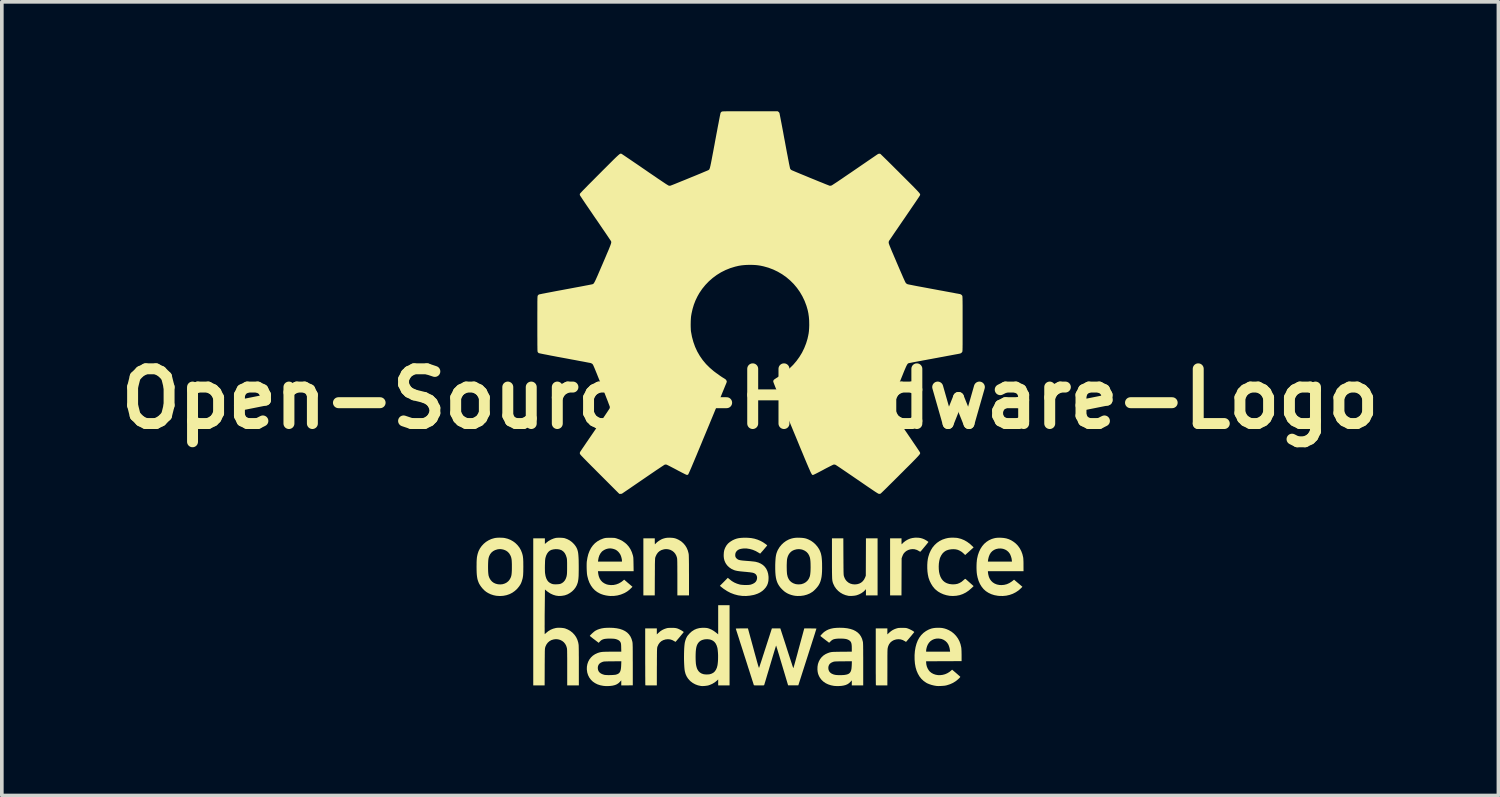
<source format=kicad_pcb>
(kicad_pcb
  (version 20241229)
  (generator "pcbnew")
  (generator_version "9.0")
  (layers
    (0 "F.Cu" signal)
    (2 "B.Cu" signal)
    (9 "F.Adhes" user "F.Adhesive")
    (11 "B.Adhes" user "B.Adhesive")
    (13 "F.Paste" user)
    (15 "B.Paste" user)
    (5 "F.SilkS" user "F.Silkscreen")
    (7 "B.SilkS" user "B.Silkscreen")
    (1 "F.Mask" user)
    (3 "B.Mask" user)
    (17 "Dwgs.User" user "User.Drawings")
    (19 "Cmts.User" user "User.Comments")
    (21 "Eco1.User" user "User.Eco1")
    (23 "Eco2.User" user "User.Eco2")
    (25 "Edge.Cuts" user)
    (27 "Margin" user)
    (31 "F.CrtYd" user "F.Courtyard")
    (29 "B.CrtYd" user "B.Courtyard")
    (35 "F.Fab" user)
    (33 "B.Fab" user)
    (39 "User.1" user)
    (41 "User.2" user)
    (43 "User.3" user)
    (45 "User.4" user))
  (footprint "Open-Source-Hardware-Logo"
    (layer "F.Cu")
    (at 17.514 7.883)
    (property "Reference" "Open-Source-Hardware-Logo" (at 0 0 0) (layer "F.SilkS") (effects (font (size 1.5 1.5) (thickness 0.3))))
    (attr board_only exclude_from_pos_files exclude_from_bom)
    (fp_poly (pts (xy 4.626 3.81) (xy 4.681 3.819) (xy 4.734 3.835) (xy 4.772 3.851) (xy 4.796 3.863) (xy 4.822 3.878) (xy 4.846 3.893) (xy 4.867 3.907) (xy 4.882 3.918) (xy 4.889 3.926) (xy 4.889 3.926) (xy 4.885 3.932) (xy 4.874 3.945) (xy 4.858 3.966) (xy 4.838 3.991) (xy 4.814 4.02) (xy 4.789 4.05) (xy 4.763 4.081) (xy 4.738 4.111) (xy 4.715 4.139) (xy 4.696 4.162) (xy 4.68 4.179) (xy 4.673 4.188) (xy 4.667 4.191) (xy 4.658 4.19) (xy 4.644 4.183) (xy 4.628 4.174) (xy 4.603 4.159) (xy 4.577 4.146) (xy 4.559 4.139) (xy 4.505 4.124) (xy 4.448 4.121) (xy 4.391 4.128) (xy 4.336 4.145) (xy 4.286 4.171) (xy 4.25 4.199) (xy 4.224 4.226) (xy 4.204 4.252) (xy 4.188 4.283) (xy 4.173 4.321) (xy 4.171 4.324) (xy 4.154 4.373) (xy 4.152 4.881) (xy 4.15 5.389) (xy 3.994 5.389) (xy 3.838 5.389) (xy 3.838 4.607) (xy 3.838 3.826) (xy 3.995 3.826) (xy 4.151 3.826) (xy 4.151 3.907) (xy 4.151 3.937) (xy 4.152 3.963) (xy 4.153 3.98) (xy 4.154 3.988) (xy 4.155 3.988) (xy 4.161 3.984) (xy 4.172 3.973) (xy 4.187 3.957) (xy 4.205 3.939) (xy 4.23 3.919) (xy 4.257 3.899) (xy 4.266 3.892) (xy 4.325 3.858) (xy 4.385 3.833) (xy 4.448 3.817) (xy 4.517 3.808) (xy 4.563 3.807)) (stroke (width 0) (type solid)) (fill yes) (layer "F.SilkS"))
    (fp_poly (pts (xy 2.558 4.325) (xy 2.559 4.416) (xy 2.559 4.496) (xy 2.56 4.566) (xy 2.56 4.625) (xy 2.561 4.675) (xy 2.561 4.717) (xy 2.562 4.752) (xy 2.563 4.78) (xy 2.564 4.803) (xy 2.565 4.821) (xy 2.567 4.835) (xy 2.568 4.845) (xy 2.57 4.854) (xy 2.571 4.86) (xy 2.593 4.918) (xy 2.621 4.967) (xy 2.651 5.002) (xy 2.697 5.04) (xy 2.749 5.067) (xy 2.806 5.083) (xy 2.869 5.089) (xy 2.934 5.083) (xy 2.991 5.067) (xy 3.043 5.04) (xy 3.087 5.003) (xy 3.124 4.956) (xy 3.153 4.899) (xy 3.158 4.887) (xy 3.172 4.848) (xy 3.174 4.337) (xy 3.176 3.826) (xy 3.335 3.826) (xy 3.495 3.826) (xy 3.495 4.607) (xy 3.495 5.389) (xy 3.335 5.389) (xy 3.176 5.389) (xy 3.176 5.304) (xy 3.176 5.218) (xy 3.151 5.247) (xy 3.105 5.291) (xy 3.049 5.33) (xy 2.987 5.362) (xy 2.921 5.386) (xy 2.908 5.389) (xy 2.873 5.396) (xy 2.832 5.401) (xy 2.788 5.404) (xy 2.745 5.405) (xy 2.709 5.403) (xy 2.696 5.402) (xy 2.618 5.383) (xy 2.544 5.354) (xy 2.476 5.315) (xy 2.415 5.267) (xy 2.362 5.211) (xy 2.317 5.148) (xy 2.283 5.078) (xy 2.279 5.068) (xy 2.273 5.053) (xy 2.268 5.038) (xy 2.264 5.023) (xy 2.26 5.007) (xy 2.256 4.99) (xy 2.254 4.97) (xy 2.251 4.947) (xy 2.249 4.919) (xy 2.248 4.886) (xy 2.247 4.847) (xy 2.246 4.802) (xy 2.245 4.748) (xy 2.245 4.686) (xy 2.244 4.615) (xy 2.244 4.534) (xy 2.244 4.441) (xy 2.244 4.372) (xy 2.244 3.826) (xy 2.4 3.826) (xy 2.556 3.826)) (stroke (width 0) (type solid)) (fill yes) (layer "F.SilkS"))
    (fp_poly (pts (xy 4.207 6.28) (xy 4.238 6.281) (xy 4.261 6.282) (xy 4.28 6.284) (xy 4.296 6.288) (xy 4.313 6.293) (xy 4.316 6.294) (xy 4.345 6.305) (xy 4.376 6.318) (xy 4.407 6.334) (xy 4.437 6.349) (xy 4.463 6.365) (xy 4.483 6.378) (xy 4.496 6.389) (xy 4.5 6.396) (xy 4.495 6.403) (xy 4.484 6.417) (xy 4.467 6.438) (xy 4.446 6.463) (xy 4.423 6.492) (xy 4.397 6.523) (xy 4.371 6.554) (xy 4.346 6.583) (xy 4.322 6.611) (xy 4.302 6.634) (xy 4.287 6.651) (xy 4.278 6.662) (xy 4.275 6.664) (xy 4.268 6.661) (xy 4.254 6.652) (xy 4.239 6.643) (xy 4.185 6.614) (xy 4.127 6.596) (xy 4.066 6.591) (xy 4.004 6.597) (xy 4.001 6.598) (xy 3.941 6.616) (xy 3.89 6.644) (xy 3.847 6.68) (xy 3.812 6.726) (xy 3.787 6.78) (xy 3.773 6.83) (xy 3.771 6.84) (xy 3.77 6.853) (xy 3.768 6.87) (xy 3.767 6.892) (xy 3.766 6.919) (xy 3.765 6.952) (xy 3.765 6.993) (xy 3.764 7.042) (xy 3.764 7.1) (xy 3.764 7.167) (xy 3.764 7.245) (xy 3.764 7.334) (xy 3.764 7.366) (xy 3.763 7.858) (xy 3.608 7.858) (xy 3.565 7.858) (xy 3.527 7.858) (xy 3.494 7.857) (xy 3.469 7.856) (xy 3.453 7.855) (xy 3.449 7.854) (xy 3.448 7.847) (xy 3.448 7.829) (xy 3.447 7.8) (xy 3.447 7.76) (xy 3.446 7.711) (xy 3.446 7.653) (xy 3.446 7.587) (xy 3.445 7.514) (xy 3.445 7.435) (xy 3.445 7.35) (xy 3.445 7.259) (xy 3.445 7.165) (xy 3.445 7.073) (xy 3.445 6.295) (xy 3.604 6.295) (xy 3.763 6.295) (xy 3.763 6.377) (xy 3.763 6.459) (xy 3.812 6.413) (xy 3.861 6.372) (xy 3.909 6.34) (xy 3.962 6.314) (xy 4.001 6.3) (xy 4.023 6.293) (xy 4.042 6.288) (xy 4.059 6.284) (xy 4.079 6.282) (xy 4.103 6.281) (xy 4.134 6.28) (xy 4.167 6.28)) (stroke (width 0) (type solid)) (fill yes) (layer "F.SilkS"))
    (fp_poly (pts (xy -2.105 6.28) (xy -2.065 6.282) (xy -2.032 6.287) (xy -2.002 6.294) (xy -1.972 6.305) (xy -1.939 6.32) (xy -1.924 6.328) (xy -1.901 6.34) (xy -1.876 6.354) (xy -1.854 6.368) (xy -1.835 6.381) (xy -1.823 6.39) (xy -1.819 6.395) (xy -1.823 6.4) (xy -1.834 6.414) (xy -1.85 6.434) (xy -1.871 6.459) (xy -1.895 6.488) (xy -1.92 6.519) (xy -1.946 6.55) (xy -1.972 6.58) (xy -1.995 6.607) (xy -2.015 6.631) (xy -2.031 6.649) (xy -2.041 6.66) (xy -2.044 6.663) (xy -2.051 6.66) (xy -2.065 6.653) (xy -2.081 6.643) (xy -2.135 6.614) (xy -2.193 6.596) (xy -2.254 6.591) (xy -2.316 6.597) (xy -2.319 6.598) (xy -2.379 6.616) (xy -2.43 6.643) (xy -2.473 6.68) (xy -2.508 6.726) (xy -2.535 6.782) (xy -2.54 6.795) (xy -2.542 6.803) (xy -2.544 6.81) (xy -2.546 6.818) (xy -2.548 6.828) (xy -2.549 6.84) (xy -2.55 6.856) (xy -2.551 6.876) (xy -2.552 6.901) (xy -2.553 6.931) (xy -2.553 6.969) (xy -2.554 7.014) (xy -2.554 7.068) (xy -2.555 7.132) (xy -2.555 7.205) (xy -2.555 7.29) (xy -2.556 7.347) (xy -2.557 7.858) (xy -2.712 7.858) (xy -2.755 7.858) (xy -2.794 7.858) (xy -2.826 7.857) (xy -2.851 7.856) (xy -2.867 7.855) (xy -2.872 7.854) (xy -2.872 7.847) (xy -2.873 7.829) (xy -2.873 7.8) (xy -2.874 7.76) (xy -2.874 7.711) (xy -2.874 7.653) (xy -2.875 7.587) (xy -2.875 7.514) (xy -2.875 7.435) (xy -2.875 7.35) (xy -2.876 7.259) (xy -2.876 7.165) (xy -2.876 7.073) (xy -2.876 6.295) (xy -2.716 6.295) (xy -2.557 6.295) (xy -2.557 6.377) (xy -2.557 6.459) (xy -2.508 6.413) (xy -2.46 6.372) (xy -2.411 6.34) (xy -2.358 6.314) (xy -2.319 6.3) (xy -2.297 6.293) (xy -2.278 6.288) (xy -2.261 6.284) (xy -2.242 6.282) (xy -2.218 6.281) (xy -2.186 6.28) (xy -2.154 6.28)) (stroke (width 0) (type solid)) (fill yes) (layer "F.SilkS"))
    (fp_poly (pts (xy -2.182 3.809) (xy -2.13 3.812) (xy -2.087 3.818) (xy -2.047 3.828) (xy -2.007 3.843) (xy -1.963 3.864) (xy -1.957 3.867) (xy -1.89 3.908) (xy -1.832 3.959) (xy -1.781 4.018) (xy -1.74 4.084) (xy -1.709 4.156) (xy -1.688 4.233) (xy -1.682 4.27) (xy -1.681 4.287) (xy -1.68 4.315) (xy -1.679 4.356) (xy -1.678 4.408) (xy -1.677 4.47) (xy -1.676 4.543) (xy -1.676 4.625) (xy -1.676 4.717) (xy -1.675 4.818) (xy -1.675 4.856) (xy -1.675 5.389) (xy -1.835 5.389) (xy -1.994 5.389) (xy -1.994 4.897) (xy -1.994 4.803) (xy -1.995 4.72) (xy -1.995 4.649) (xy -1.995 4.588) (xy -1.996 4.536) (xy -1.996 4.492) (xy -1.997 4.456) (xy -1.998 4.427) (xy -1.999 4.404) (xy -2 4.386) (xy -2.002 4.373) (xy -2.003 4.363) (xy -2.003 4.362) (xy -2.022 4.304) (xy -2.05 4.251) (xy -2.087 4.206) (xy -2.132 4.17) (xy -2.183 4.143) (xy -2.23 4.129) (xy -2.275 4.122) (xy -2.315 4.121) (xy -2.358 4.126) (xy -2.37 4.129) (xy -2.43 4.147) (xy -2.481 4.175) (xy -2.525 4.213) (xy -2.56 4.261) (xy -2.588 4.318) (xy -2.599 4.349) (xy -2.601 4.357) (xy -2.603 4.366) (xy -2.604 4.378) (xy -2.605 4.393) (xy -2.606 4.412) (xy -2.607 4.436) (xy -2.608 4.466) (xy -2.609 4.502) (xy -2.61 4.547) (xy -2.61 4.599) (xy -2.61 4.661) (xy -2.611 4.734) (xy -2.611 4.817) (xy -2.612 4.887) (xy -2.614 5.389) (xy -2.77 5.389) (xy -2.926 5.389) (xy -2.926 4.607) (xy -2.926 3.826) (xy -2.769 3.826) (xy -2.613 3.826) (xy -2.613 3.907) (xy -2.613 3.937) (xy -2.612 3.963) (xy -2.611 3.98) (xy -2.61 3.988) (xy -2.609 3.988) (xy -2.604 3.984) (xy -2.592 3.973) (xy -2.578 3.957) (xy -2.551 3.932) (xy -2.516 3.905) (xy -2.477 3.879) (xy -2.438 3.857) (xy -2.406 3.842) (xy -2.358 3.826) (xy -2.311 3.815) (xy -2.262 3.809) (xy -2.206 3.808)) (stroke (width 0) (type solid)) (fill yes) (layer "F.SilkS"))
    (fp_poly (pts (xy 5.614 3.809) (xy 5.659 3.812) (xy 5.694 3.817) (xy 5.783 3.84) (xy 5.869 3.875) (xy 5.951 3.922) (xy 6.029 3.981) (xy 6.075 4.023) (xy 6.128 4.074) (xy 6.066 4.13) (xy 6.036 4.157) (xy 6.003 4.187) (xy 5.972 4.215) (xy 5.95 4.234) (xy 5.896 4.283) (xy 5.86 4.247) (xy 5.805 4.199) (xy 5.745 4.163) (xy 5.692 4.14) (xy 5.636 4.127) (xy 5.575 4.123) (xy 5.512 4.126) (xy 5.45 4.136) (xy 5.393 4.154) (xy 5.361 4.169) (xy 5.317 4.199) (xy 5.276 4.24) (xy 5.242 4.289) (xy 5.214 4.345) (xy 5.202 4.376) (xy 5.186 4.443) (xy 5.175 4.517) (xy 5.171 4.595) (xy 5.173 4.673) (xy 5.181 4.748) (xy 5.196 4.814) (xy 5.22 4.882) (xy 5.252 4.94) (xy 5.292 4.989) (xy 5.34 5.028) (xy 5.396 5.057) (xy 5.46 5.077) (xy 5.531 5.086) (xy 5.545 5.087) (xy 5.616 5.085) (xy 5.681 5.074) (xy 5.74 5.051) (xy 5.797 5.018) (xy 5.848 4.975) (xy 5.873 4.953) (xy 5.89 4.94) (xy 5.901 4.936) (xy 5.903 4.937) (xy 5.91 4.942) (xy 5.925 4.955) (xy 5.946 4.973) (xy 5.972 4.996) (xy 6.002 5.023) (xy 6.02 5.039) (xy 6.128 5.135) (xy 6.069 5.192) (xy 5.994 5.257) (xy 5.915 5.311) (xy 5.831 5.353) (xy 5.744 5.383) (xy 5.653 5.4) (xy 5.559 5.406) (xy 5.467 5.401) (xy 5.383 5.385) (xy 5.301 5.36) (xy 5.224 5.326) (xy 5.152 5.284) (xy 5.089 5.234) (xy 5.052 5.198) (xy 5.003 5.137) (xy 4.96 5.067) (xy 4.923 4.992) (xy 4.895 4.914) (xy 4.889 4.893) (xy 4.873 4.816) (xy 4.862 4.733) (xy 4.857 4.645) (xy 4.857 4.556) (xy 4.862 4.47) (xy 4.873 4.389) (xy 4.886 4.332) (xy 4.916 4.238) (xy 4.955 4.153) (xy 5.002 4.076) (xy 5.059 4.008) (xy 5.123 3.949) (xy 5.194 3.9) (xy 5.273 3.86) (xy 5.359 3.831) (xy 5.425 3.816) (xy 5.465 3.811) (xy 5.513 3.808) (xy 5.563 3.807)) (stroke (width 0) (type solid)) (fill yes) (layer "F.SilkS"))
    (fp_poly (pts (xy 6.873 3.809) (xy 6.953 3.815) (xy 7.025 3.828) (xy 7.091 3.849) (xy 7.155 3.878) (xy 7.214 3.914) (xy 7.283 3.967) (xy 7.343 4.029) (xy 7.393 4.099) (xy 7.434 4.176) (xy 7.465 4.258) (xy 7.486 4.346) (xy 7.489 4.37) (xy 7.491 4.39) (xy 7.492 4.419) (xy 7.494 4.457) (xy 7.495 4.499) (xy 7.495 4.545) (xy 7.495 4.571) (xy 7.496 4.726) (xy 7.008 4.726) (xy 6.52 4.726) (xy 6.52 4.744) (xy 6.521 4.758) (xy 6.524 4.781) (xy 6.528 4.808) (xy 6.53 4.818) (xy 6.547 4.884) (xy 6.574 4.942) (xy 6.61 4.992) (xy 6.654 5.034) (xy 6.707 5.067) (xy 6.767 5.091) (xy 6.833 5.104) (xy 6.89 5.107) (xy 6.964 5.101) (xy 7.037 5.083) (xy 7.107 5.052) (xy 7.174 5.009) (xy 7.205 4.985) (xy 7.236 4.959) (xy 7.351 5.056) (xy 7.465 5.153) (xy 7.429 5.191) (xy 7.361 5.252) (xy 7.285 5.303) (xy 7.203 5.345) (xy 7.116 5.376) (xy 7.024 5.397) (xy 6.929 5.406) (xy 6.832 5.404) (xy 6.79 5.4) (xy 6.697 5.383) (xy 6.612 5.356) (xy 6.534 5.319) (xy 6.463 5.273) (xy 6.401 5.217) (xy 6.348 5.152) (xy 6.302 5.077) (xy 6.265 4.994) (xy 6.237 4.902) (xy 6.22 4.82) (xy 6.213 4.764) (xy 6.209 4.699) (xy 6.207 4.629) (xy 6.208 4.557) (xy 6.211 4.488) (xy 6.214 4.464) (xy 6.519 4.464) (xy 6.849 4.464) (xy 7.179 4.464) (xy 7.174 4.419) (xy 7.167 4.372) (xy 7.152 4.322) (xy 7.134 4.275) (xy 7.119 4.246) (xy 7.084 4.2) (xy 7.041 4.162) (xy 6.991 4.133) (xy 6.935 4.113) (xy 6.875 4.104) (xy 6.813 4.105) (xy 6.806 4.106) (xy 6.743 4.119) (xy 6.688 4.143) (xy 6.64 4.176) (xy 6.599 4.219) (xy 6.567 4.272) (xy 6.543 4.333) (xy 6.526 4.404) (xy 6.523 4.428) (xy 6.519 4.464) (xy 6.214 4.464) (xy 6.217 4.424) (xy 6.223 4.384) (xy 6.245 4.286) (xy 6.276 4.197) (xy 6.315 4.115) (xy 6.362 4.042) (xy 6.416 3.978) (xy 6.478 3.924) (xy 6.547 3.879) (xy 6.623 3.844) (xy 6.636 3.84) (xy 6.685 3.825) (xy 6.731 3.815) (xy 6.779 3.81) (xy 6.833 3.808)) (stroke (width 0) (type solid)) (fill yes) (layer "F.SilkS"))
    (fp_poly (pts (xy -0.563 6.758) (xy -0.563 7.858) (xy -0.719 7.858) (xy -0.875 7.858) (xy -0.875 7.776) (xy -0.875 7.694) (xy -0.909 7.726) (xy -0.969 7.774) (xy -1.037 7.815) (xy -1.11 7.846) (xy -1.15 7.859) (xy -1.178 7.864) (xy -1.213 7.869) (xy -1.252 7.873) (xy -1.29 7.875) (xy -1.323 7.875) (xy -1.347 7.873) (xy -1.429 7.856) (xy -1.504 7.828) (xy -1.573 7.79) (xy -1.635 7.743) (xy -1.654 7.724) (xy -1.704 7.667) (xy -1.741 7.608) (xy -1.769 7.545) (xy -1.788 7.475) (xy -1.791 7.46) (xy -1.798 7.411) (xy -1.803 7.352) (xy -1.807 7.285) (xy -1.81 7.213) (xy -1.812 7.137) (xy -1.812 7.074) (xy -1.494 7.074) (xy -1.493 7.148) (xy -1.49 7.212) (xy -1.486 7.266) (xy -1.478 7.313) (xy -1.468 7.354) (xy -1.456 7.392) (xy -1.444 7.419) (xy -1.414 7.466) (xy -1.377 7.503) (xy -1.331 7.531) (xy -1.279 7.549) (xy -1.249 7.554) (xy -1.211 7.557) (xy -1.172 7.557) (xy -1.134 7.555) (xy -1.105 7.551) (xy -1.052 7.534) (xy -1.005 7.508) (xy -0.967 7.473) (xy -0.936 7.427) (xy -0.911 7.372) (xy -0.894 7.306) (xy -0.889 7.271) (xy -0.883 7.216) (xy -0.879 7.156) (xy -0.878 7.091) (xy -0.878 7.026) (xy -0.881 6.963) (xy -0.886 6.905) (xy -0.892 6.854) (xy -0.897 6.827) (xy -0.917 6.763) (xy -0.943 6.71) (xy -0.977 6.666) (xy -1.018 6.633) (xy -1.067 6.609) (xy -1.105 6.598) (xy -1.172 6.59) (xy -1.238 6.594) (xy -1.266 6.599) (xy -1.319 6.614) (xy -1.363 6.637) (xy -1.4 6.667) (xy -1.403 6.671) (xy -1.427 6.7) (xy -1.447 6.734) (xy -1.463 6.772) (xy -1.475 6.817) (xy -1.484 6.87) (xy -1.49 6.932) (xy -1.493 7.004) (xy -1.494 7.074) (xy -1.812 7.074) (xy -1.812 7.059) (xy -1.811 6.982) (xy -1.809 6.907) (xy -1.806 6.836) (xy -1.801 6.772) (xy -1.795 6.717) (xy -1.788 6.674) (xy -1.773 6.619) (xy -1.754 6.567) (xy -1.73 6.52) (xy -1.712 6.493) (xy -1.656 6.429) (xy -1.597 6.376) (xy -1.534 6.335) (xy -1.465 6.305) (xy -1.391 6.286) (xy -1.311 6.278) (xy -1.26 6.278) (xy -1.223 6.28) (xy -1.195 6.282) (xy -1.171 6.286) (xy -1.149 6.292) (xy -1.123 6.3) (xy -1.056 6.329) (xy -0.989 6.369) (xy -0.923 6.418) (xy -0.923 6.418) (xy -0.875 6.458) (xy -0.875 6.058) (xy -0.875 5.658) (xy -0.719 5.658) (xy -0.563 5.658)) (stroke (width 0) (type solid)) (fill yes) (layer "F.SilkS"))
    (fp_poly (pts (xy 5.263 6.283) (xy 5.322 6.295) (xy 5.38 6.313) (xy 5.44 6.339) (xy 5.45 6.344) (xy 5.523 6.386) (xy 5.589 6.439) (xy 5.647 6.5) (xy 5.697 6.569) (xy 5.738 6.645) (xy 5.768 6.726) (xy 5.788 6.812) (xy 5.789 6.821) (xy 5.792 6.844) (xy 5.794 6.878) (xy 5.796 6.92) (xy 5.797 6.968) (xy 5.798 7.019) (xy 5.798 7.033) (xy 5.798 7.192) (xy 5.312 7.194) (xy 4.826 7.196) (xy 4.826 7.228) (xy 4.832 7.286) (xy 4.847 7.345) (xy 4.871 7.4) (xy 4.902 7.449) (xy 4.926 7.477) (xy 4.973 7.515) (xy 5.027 7.544) (xy 5.086 7.564) (xy 5.149 7.575) (xy 5.213 7.576) (xy 5.279 7.568) (xy 5.344 7.551) (xy 5.406 7.524) (xy 5.464 7.489) (xy 5.505 7.456) (xy 5.538 7.426) (xy 5.65 7.521) (xy 5.681 7.548) (xy 5.709 7.573) (xy 5.733 7.594) (xy 5.751 7.61) (xy 5.761 7.62) (xy 5.763 7.622) (xy 5.76 7.629) (xy 5.749 7.643) (xy 5.732 7.66) (xy 5.711 7.681) (xy 5.687 7.702) (xy 5.663 7.722) (xy 5.641 7.739) (xy 5.637 7.742) (xy 5.563 7.788) (xy 5.481 7.825) (xy 5.395 7.853) (xy 5.354 7.862) (xy 5.327 7.866) (xy 5.291 7.869) (xy 5.25 7.872) (xy 5.208 7.874) (xy 5.169 7.875) (xy 5.136 7.874) (xy 5.117 7.873) (xy 5.047 7.862) (xy 4.977 7.845) (xy 4.911 7.823) (xy 4.852 7.798) (xy 4.826 7.783) (xy 4.757 7.735) (xy 4.696 7.678) (xy 4.644 7.612) (xy 4.6 7.536) (xy 4.564 7.453) (xy 4.537 7.36) (xy 4.519 7.26) (xy 4.51 7.152) (xy 4.509 7.037) (xy 4.509 7.027) (xy 4.518 6.913) (xy 4.519 6.908) (xy 4.826 6.908) (xy 4.826 6.933) (xy 5.155 6.933) (xy 5.483 6.933) (xy 5.479 6.897) (xy 5.472 6.851) (xy 5.46 6.803) (xy 5.444 6.76) (xy 5.431 6.731) (xy 5.399 6.683) (xy 5.357 6.642) (xy 5.308 6.609) (xy 5.254 6.586) (xy 5.228 6.58) (xy 5.164 6.572) (xy 5.102 6.575) (xy 5.043 6.589) (xy 4.99 6.613) (xy 4.942 6.647) (xy 4.902 6.69) (xy 4.87 6.741) (xy 4.87 6.741) (xy 4.852 6.784) (xy 4.838 6.83) (xy 4.829 6.874) (xy 4.826 6.908) (xy 4.519 6.908) (xy 4.536 6.809) (xy 4.562 6.713) (xy 4.596 6.626) (xy 4.639 6.548) (xy 4.691 6.479) (xy 4.751 6.419) (xy 4.819 6.369) (xy 4.883 6.333) (xy 4.93 6.313) (xy 4.974 6.298) (xy 5.02 6.288) (xy 5.072 6.281) (xy 5.127 6.278) (xy 5.199 6.278)) (stroke (width 0) (type solid)) (fill yes) (layer "F.SilkS"))
    (fp_poly (pts (xy -3.796 3.811) (xy -3.763 3.812) (xy -3.738 3.813) (xy -3.717 3.814) (xy -3.7 3.817) (xy -3.682 3.822) (xy -3.662 3.827) (xy -3.66 3.828) (xy -3.574 3.86) (xy -3.497 3.9) (xy -3.428 3.949) (xy -3.382 3.989) (xy -3.326 4.053) (xy -3.28 4.124) (xy -3.243 4.202) (xy -3.215 4.288) (xy -3.21 4.306) (xy -3.207 4.322) (xy -3.204 4.339) (xy -3.201 4.358) (xy -3.2 4.38) (xy -3.199 4.409) (xy -3.198 4.444) (xy -3.197 4.489) (xy -3.196 4.537) (xy -3.193 4.726) (xy -3.682 4.726) (xy -4.171 4.726) (xy -4.166 4.771) (xy -4.162 4.802) (xy -4.155 4.836) (xy -4.148 4.865) (xy -4.125 4.925) (xy -4.092 4.978) (xy -4.05 5.023) (xy -3.999 5.058) (xy -3.941 5.085) (xy -3.893 5.098) (xy -3.818 5.107) (xy -3.743 5.104) (xy -3.671 5.089) (xy -3.6 5.062) (xy -3.534 5.024) (xy -3.481 4.983) (xy -3.453 4.958) (xy -3.339 5.056) (xy -3.225 5.153) (xy -3.264 5.193) (xy -3.317 5.242) (xy -3.371 5.283) (xy -3.432 5.319) (xy -3.454 5.33) (xy -3.542 5.366) (xy -3.635 5.391) (xy -3.731 5.404) (xy -3.832 5.406) (xy -3.896 5.4) (xy -3.957 5.39) (xy -4.02 5.375) (xy -4.079 5.355) (xy -4.117 5.339) (xy -4.191 5.298) (xy -4.257 5.248) (xy -4.314 5.188) (xy -4.363 5.12) (xy -4.405 5.042) (xy -4.438 4.954) (xy -4.463 4.857) (xy -4.467 4.834) (xy -4.472 4.802) (xy -4.475 4.76) (xy -4.478 4.712) (xy -4.48 4.659) (xy -4.481 4.606) (xy -4.481 4.555) (xy -4.48 4.509) (xy -4.478 4.471) (xy -4.477 4.465) (xy -4.477 4.464) (xy -4.17 4.464) (xy -3.842 4.464) (xy -3.513 4.464) (xy -3.513 4.439) (xy -3.516 4.404) (xy -3.525 4.362) (xy -3.537 4.32) (xy -3.552 4.281) (xy -3.554 4.277) (xy -3.578 4.237) (xy -3.609 4.198) (xy -3.645 4.165) (xy -3.682 4.14) (xy -3.689 4.137) (xy -3.723 4.123) (xy -3.764 4.111) (xy -3.806 4.104) (xy -3.838 4.101) (xy -3.894 4.106) (xy -3.95 4.121) (xy -4.002 4.145) (xy -4.047 4.175) (xy -4.065 4.191) (xy -4.103 4.239) (xy -4.133 4.295) (xy -4.154 4.36) (xy -4.166 4.428) (xy -4.17 4.464) (xy -4.477 4.464) (xy -4.46 4.358) (xy -4.436 4.26) (xy -4.402 4.171) (xy -4.361 4.091) (xy -4.311 4.021) (xy -4.253 3.959) (xy -4.187 3.908) (xy -4.112 3.865) (xy -4.03 3.832) (xy -4.017 3.828) (xy -3.996 3.822) (xy -3.979 3.818) (xy -3.961 3.815) (xy -3.941 3.813) (xy -3.917 3.812) (xy -3.885 3.811) (xy -3.843 3.811) (xy -3.838 3.811)) (stroke (width 0) (type solid)) (fill yes) (layer "F.SilkS"))
    (fp_poly (pts (xy 1.36 3.809) (xy 1.416 3.812) (xy 1.463 3.817) (xy 1.505 3.824) (xy 1.545 3.835) (xy 1.586 3.851) (xy 1.6 3.857) (xy 1.669 3.892) (xy 1.735 3.939) (xy 1.795 3.994) (xy 1.848 4.056) (xy 1.892 4.123) (xy 1.91 4.16) (xy 1.926 4.198) (xy 1.94 4.238) (xy 1.95 4.28) (xy 1.959 4.327) (xy 1.965 4.381) (xy 1.97 4.443) (xy 1.973 4.514) (xy 1.973 4.545) (xy 1.974 4.645) (xy 1.972 4.733) (xy 1.967 4.812) (xy 1.959 4.882) (xy 1.946 4.945) (xy 1.93 5.002) (xy 1.91 5.053) (xy 1.885 5.1) (xy 1.873 5.12) (xy 1.848 5.154) (xy 1.817 5.191) (xy 1.782 5.228) (xy 1.747 5.262) (xy 1.715 5.288) (xy 1.71 5.292) (xy 1.638 5.336) (xy 1.559 5.369) (xy 1.475 5.392) (xy 1.387 5.404) (xy 1.296 5.406) (xy 1.235 5.401) (xy 1.185 5.392) (xy 1.131 5.378) (xy 1.079 5.36) (xy 1.035 5.341) (xy 0.982 5.311) (xy 0.934 5.277) (xy 0.887 5.234) (xy 0.866 5.213) (xy 0.826 5.169) (xy 0.793 5.123) (xy 0.764 5.075) (xy 0.741 5.024) (xy 0.722 4.967) (xy 0.708 4.905) (xy 0.698 4.835) (xy 0.692 4.757) (xy 0.689 4.67) (xy 0.689 4.611) (xy 1.004 4.611) (xy 1.005 4.664) (xy 1.006 4.715) (xy 1.009 4.761) (xy 1.012 4.798) (xy 1.015 4.818) (xy 1.031 4.884) (xy 1.056 4.94) (xy 1.089 4.988) (xy 1.131 5.026) (xy 1.181 5.056) (xy 1.241 5.078) (xy 1.244 5.079) (xy 1.281 5.085) (xy 1.325 5.088) (xy 1.369 5.086) (xy 1.409 5.081) (xy 1.416 5.079) (xy 1.476 5.058) (xy 1.528 5.027) (xy 1.572 4.987) (xy 1.607 4.939) (xy 1.633 4.881) (xy 1.641 4.853) (xy 1.647 4.821) (xy 1.652 4.779) (xy 1.656 4.729) (xy 1.658 4.674) (xy 1.659 4.617) (xy 1.658 4.558) (xy 1.657 4.502) (xy 1.654 4.45) (xy 1.649 4.404) (xy 1.643 4.368) (xy 1.641 4.357) (xy 1.619 4.296) (xy 1.589 4.244) (xy 1.549 4.2) (xy 1.501 4.166) (xy 1.444 4.14) (xy 1.403 4.129) (xy 1.339 4.121) (xy 1.276 4.126) (xy 1.214 4.142) (xy 1.171 4.16) (xy 1.125 4.19) (xy 1.086 4.229) (xy 1.053 4.278) (xy 1.029 4.334) (xy 1.015 4.389) (xy 1.011 4.418) (xy 1.008 4.458) (xy 1.006 4.505) (xy 1.004 4.557) (xy 1.004 4.611) (xy 0.689 4.611) (xy 0.689 4.572) (xy 0.689 4.553) (xy 0.692 4.474) (xy 0.696 4.407) (xy 0.701 4.348) (xy 0.709 4.297) (xy 0.719 4.251) (xy 0.733 4.209) (xy 0.749 4.169) (xy 0.765 4.136) (xy 0.807 4.067) (xy 0.859 4.003) (xy 0.918 3.947) (xy 0.984 3.898) (xy 1.055 3.86) (xy 1.092 3.845) (xy 1.142 3.829) (xy 1.191 3.818) (xy 1.242 3.811) (xy 1.299 3.808)) (stroke (width 0) (type solid)) (fill yes) (layer "F.SilkS"))
    (fp_poly (pts (xy -6.801 3.809) (xy -6.758 3.812) (xy -6.725 3.817) (xy -6.645 3.837) (xy -6.568 3.868) (xy -6.497 3.908) (xy -6.431 3.958) (xy -6.373 4.016) (xy -6.323 4.08) (xy -6.283 4.151) (xy -6.253 4.226) (xy -6.253 4.226) (xy -6.244 4.257) (xy -6.236 4.287) (xy -6.23 4.317) (xy -6.226 4.349) (xy -6.222 4.384) (xy -6.22 4.425) (xy -6.218 4.473) (xy -6.218 4.529) (xy -6.217 4.597) (xy -6.217 4.604) (xy -6.218 4.673) (xy -6.218 4.73) (xy -6.22 4.779) (xy -6.222 4.82) (xy -6.225 4.856) (xy -6.23 4.888) (xy -6.235 4.918) (xy -6.243 4.947) (xy -6.252 4.978) (xy -6.255 4.99) (xy -6.27 5.032) (xy -6.285 5.067) (xy -6.304 5.101) (xy -6.329 5.138) (xy -6.331 5.142) (xy -6.387 5.21) (xy -6.451 5.269) (xy -6.521 5.318) (xy -6.597 5.356) (xy -6.679 5.384) (xy -6.766 5.401) (xy -6.857 5.407) (xy -6.951 5.401) (xy -6.955 5.401) (xy -7.033 5.385) (xy -7.11 5.36) (xy -7.183 5.325) (xy -7.236 5.292) (xy -7.282 5.255) (xy -7.327 5.21) (xy -7.369 5.16) (xy -7.405 5.108) (xy -7.434 5.058) (xy -7.441 5.041) (xy -7.456 5.002) (xy -7.469 4.963) (xy -7.479 4.921) (xy -7.486 4.876) (xy -7.492 4.825) (xy -7.496 4.766) (xy -7.498 4.699) (xy -7.499 4.621) (xy -7.499 4.604) (xy -7.499 4.582) (xy -7.184 4.582) (xy -7.184 4.639) (xy -7.183 4.695) (xy -7.181 4.746) (xy -7.177 4.792) (xy -7.172 4.83) (xy -7.168 4.853) (xy -7.146 4.914) (xy -7.114 4.967) (xy -7.075 5.011) (xy -7.027 5.046) (xy -6.973 5.07) (xy -6.912 5.085) (xy -6.863 5.088) (xy -6.834 5.088) (xy -6.804 5.085) (xy -6.782 5.082) (xy -6.722 5.063) (xy -6.67 5.035) (xy -6.626 4.998) (xy -6.598 4.964) (xy -6.581 4.936) (xy -6.566 4.908) (xy -6.554 4.878) (xy -6.545 4.845) (xy -6.539 4.808) (xy -6.535 4.763) (xy -6.532 4.711) (xy -6.531 4.649) (xy -6.531 4.601) (xy -6.531 4.537) (xy -6.533 4.484) (xy -6.535 4.44) (xy -6.539 4.402) (xy -6.545 4.37) (xy -6.552 4.342) (xy -6.562 4.315) (xy -6.573 4.291) (xy -6.604 4.239) (xy -6.643 4.197) (xy -6.691 4.163) (xy -6.747 4.139) (xy -6.786 4.129) (xy -6.83 4.122) (xy -6.869 4.121) (xy -6.91 4.125) (xy -6.93 4.129) (xy -6.991 4.148) (xy -7.044 4.176) (xy -7.09 4.214) (xy -7.127 4.261) (xy -7.154 4.316) (xy -7.167 4.357) (xy -7.173 4.387) (xy -7.178 4.426) (xy -7.181 4.474) (xy -7.183 4.526) (xy -7.184 4.582) (xy -7.499 4.582) (xy -7.498 4.537) (xy -7.498 4.481) (xy -7.496 4.434) (xy -7.493 4.392) (xy -7.49 4.356) (xy -7.485 4.323) (xy -7.478 4.29) (xy -7.47 4.256) (xy -7.47 4.254) (xy -7.444 4.176) (xy -7.407 4.104) (xy -7.36 4.037) (xy -7.305 3.977) (xy -7.242 3.924) (xy -7.171 3.88) (xy -7.096 3.845) (xy -7.015 3.821) (xy -6.977 3.814) (xy -6.941 3.81) (xy -6.897 3.808) (xy -6.849 3.808)) (stroke (width 0) (type solid)) (fill yes) (layer "F.SilkS"))
    (fp_poly (pts (xy -3.754 6.28) (xy -3.658 6.291) (xy -3.571 6.309) (xy -3.495 6.335) (xy -3.428 6.368) (xy -3.37 6.409) (xy -3.322 6.457) (xy -3.282 6.514) (xy -3.252 6.578) (xy -3.23 6.65) (xy -3.225 6.677) (xy -3.223 6.687) (xy -3.222 6.702) (xy -3.221 6.722) (xy -3.22 6.747) (xy -3.219 6.778) (xy -3.218 6.816) (xy -3.218 6.862) (xy -3.217 6.916) (xy -3.217 6.98) (xy -3.217 7.053) (xy -3.217 7.137) (xy -3.216 7.232) (xy -3.216 7.289) (xy -3.216 7.855) (xy -3.374 7.857) (xy -3.532 7.858) (xy -3.532 7.789) (xy -3.532 7.719) (xy -3.57 7.76) (xy -3.609 7.797) (xy -3.651 7.825) (xy -3.7 7.846) (xy -3.717 7.851) (xy -3.77 7.864) (xy -3.832 7.872) (xy -3.898 7.876) (xy -3.965 7.875) (xy -4.022 7.87) (xy -4.106 7.854) (xy -4.183 7.829) (xy -4.252 7.794) (xy -4.313 7.752) (xy -4.365 7.701) (xy -4.408 7.643) (xy -4.441 7.578) (xy -4.464 7.506) (xy -4.466 7.494) (xy -4.476 7.418) (xy -4.475 7.379) (xy -4.176 7.379) (xy -4.17 7.427) (xy -4.154 7.468) (xy -4.127 7.503) (xy -4.089 7.532) (xy -4.04 7.554) (xy -3.993 7.568) (xy -3.97 7.571) (xy -3.937 7.573) (xy -3.898 7.575) (xy -3.854 7.575) (xy -3.81 7.574) (xy -3.767 7.572) (xy -3.728 7.569) (xy -3.698 7.566) (xy -3.681 7.563) (xy -3.643 7.551) (xy -3.611 7.535) (xy -3.586 7.514) (xy -3.567 7.487) (xy -3.553 7.452) (xy -3.543 7.409) (xy -3.537 7.356) (xy -3.534 7.3) (xy -3.53 7.195) (xy -3.767 7.197) (xy -3.828 7.197) (xy -3.878 7.198) (xy -3.918 7.199) (xy -3.95 7.2) (xy -3.975 7.201) (xy -3.995 7.202) (xy -4.01 7.204) (xy -4.022 7.206) (xy -4.033 7.209) (xy -4.045 7.213) (xy -4.046 7.213) (xy -4.093 7.234) (xy -4.13 7.261) (xy -4.156 7.295) (xy -4.171 7.336) (xy -4.176 7.379) (xy -4.475 7.379) (xy -4.474 7.344) (xy -4.461 7.273) (xy -4.438 7.207) (xy -4.405 7.145) (xy -4.362 7.09) (xy -4.311 7.042) (xy -4.251 7.002) (xy -4.184 6.971) (xy -4.165 6.964) (xy -4.141 6.957) (xy -4.117 6.95) (xy -4.093 6.945) (xy -4.066 6.941) (xy -4.036 6.938) (xy -4.001 6.936) (xy -3.96 6.935) (xy -3.91 6.934) (xy -3.851 6.933) (xy -3.781 6.933) (xy -3.772 6.933) (xy -3.531 6.933) (xy -3.534 6.822) (xy -3.535 6.777) (xy -3.537 6.742) (xy -3.54 6.715) (xy -3.545 6.694) (xy -3.552 6.677) (xy -3.561 6.661) (xy -3.573 6.646) (xy -3.589 6.631) (xy -3.61 6.616) (xy -3.62 6.611) (xy -3.649 6.598) (xy -3.679 6.588) (xy -3.712 6.581) (xy -3.752 6.577) (xy -3.8 6.575) (xy -3.845 6.574) (xy -3.906 6.575) (xy -3.957 6.579) (xy -4 6.585) (xy -4.035 6.596) (xy -4.066 6.61) (xy -4.093 6.629) (xy -4.118 6.654) (xy -4.122 6.658) (xy -4.151 6.69) (xy -4.271 6.598) (xy -4.305 6.573) (xy -4.335 6.549) (xy -4.36 6.529) (xy -4.379 6.514) (xy -4.391 6.504) (xy -4.394 6.501) (xy -4.391 6.494) (xy -4.38 6.48) (xy -4.362 6.462) (xy -4.341 6.441) (xy -4.317 6.419) (xy -4.293 6.398) (xy -4.27 6.379) (xy -4.25 6.364) (xy -4.242 6.359) (xy -4.187 6.331) (xy -4.129 6.31) (xy -4.067 6.294) (xy -3.998 6.283) (xy -3.92 6.278) (xy -3.861 6.277)) (stroke (width 0) (type solid)) (fill yes) (layer "F.SilkS"))
    (fp_poly (pts (xy -0.068 3.81) (xy 0.029 3.818) (xy 0.119 3.835) (xy 0.203 3.861) (xy 0.284 3.895) (xy 0.338 3.924) (xy 0.366 3.941) (xy 0.393 3.96) (xy 0.419 3.978) (xy 0.441 3.994) (xy 0.458 4.008) (xy 0.467 4.017) (xy 0.468 4.02) (xy 0.463 4.027) (xy 0.452 4.041) (xy 0.435 4.061) (xy 0.415 4.085) (xy 0.392 4.112) (xy 0.368 4.141) (xy 0.344 4.169) (xy 0.321 4.194) (xy 0.302 4.216) (xy 0.287 4.233) (xy 0.278 4.243) (xy 0.276 4.245) (xy 0.269 4.241) (xy 0.255 4.233) (xy 0.235 4.221) (xy 0.228 4.216) (xy 0.152 4.173) (xy 0.072 4.14) (xy -0.01 4.117) (xy -0.093 4.104) (xy -0.173 4.103) (xy -0.201 4.106) (xy -0.254 4.114) (xy -0.298 4.127) (xy -0.333 4.145) (xy -0.362 4.169) (xy -0.362 4.169) (xy -0.386 4.199) (xy -0.401 4.231) (xy -0.407 4.27) (xy -0.408 4.289) (xy -0.404 4.324) (xy -0.392 4.352) (xy -0.37 4.378) (xy -0.366 4.381) (xy -0.351 4.393) (xy -0.337 4.403) (xy -0.32 4.412) (xy -0.301 4.418) (xy -0.277 4.424) (xy -0.247 4.429) (xy -0.209 4.434) (xy -0.163 4.438) (xy -0.106 4.443) (xy -0.075 4.445) (xy -0.026 4.449) (xy 0.021 4.453) (xy 0.066 4.458) (xy 0.104 4.462) (xy 0.135 4.466) (xy 0.153 4.469) (xy 0.229 4.49) (xy 0.295 4.52) (xy 0.354 4.558) (xy 0.403 4.605) (xy 0.443 4.66) (xy 0.473 4.723) (xy 0.494 4.794) (xy 0.505 4.872) (xy 0.506 4.919) (xy 0.502 4.991) (xy 0.488 5.056) (xy 0.465 5.115) (xy 0.431 5.17) (xy 0.386 5.222) (xy 0.385 5.224) (xy 0.331 5.271) (xy 0.273 5.31) (xy 0.207 5.342) (xy 0.133 5.368) (xy 0.092 5.379) (xy -0.007 5.397) (xy -0.109 5.406) (xy -0.21 5.404) (xy -0.222 5.403) (xy -0.33 5.388) (xy -0.435 5.36) (xy -0.537 5.321) (xy -0.636 5.269) (xy -0.732 5.205) (xy -0.806 5.146) (xy -0.828 5.127) (xy -0.719 5.018) (xy -0.611 4.908) (xy -0.569 4.943) (xy -0.502 4.996) (xy -0.433 5.037) (xy -0.361 5.068) (xy -0.289 5.09) (xy -0.255 5.097) (xy -0.213 5.101) (xy -0.167 5.104) (xy -0.119 5.105) (xy -0.073 5.104) (xy -0.031 5.102) (xy 0.004 5.097) (xy 0.022 5.093) (xy 0.075 5.073) (xy 0.118 5.049) (xy 0.15 5.021) (xy 0.172 4.989) (xy 0.187 4.948) (xy 0.192 4.907) (xy 0.187 4.868) (xy 0.172 4.833) (xy 0.148 4.804) (xy 0.117 4.784) (xy 0.103 4.778) (xy 0.088 4.773) (xy 0.07 4.768) (xy 0.047 4.764) (xy 0.019 4.76) (xy -0.016 4.755) (xy -0.06 4.751) (xy -0.114 4.745) (xy -0.153 4.742) (xy -0.215 4.736) (xy -0.267 4.731) (xy -0.31 4.725) (xy -0.345 4.72) (xy -0.375 4.714) (xy -0.401 4.708) (xy -0.426 4.701) (xy -0.444 4.694) (xy -0.508 4.665) (xy -0.565 4.627) (xy -0.616 4.581) (xy -0.657 4.529) (xy -0.68 4.489) (xy -0.704 4.432) (xy -0.718 4.374) (xy -0.724 4.312) (xy -0.723 4.261) (xy -0.719 4.207) (xy -0.711 4.161) (xy -0.698 4.119) (xy -0.68 4.077) (xy -0.678 4.073) (xy -0.645 4.016) (xy -0.603 3.966) (xy -0.551 3.923) (xy -0.489 3.884) (xy -0.472 3.875) (xy -0.424 3.853) (xy -0.377 3.836) (xy -0.33 3.824) (xy -0.278 3.816) (xy -0.22 3.811) (xy -0.174 3.809)) (stroke (width 0) (type solid)) (fill yes) (layer "F.SilkS"))
    (fp_poly (pts (xy 0.091 6.843) (xy 0.116 6.937) (xy 0.139 7.02) (xy 0.159 7.092) (xy 0.176 7.154) (xy 0.19 7.207) (xy 0.203 7.251) (xy 0.213 7.287) (xy 0.222 7.316) (xy 0.229 7.338) (xy 0.234 7.354) (xy 0.239 7.366) (xy 0.242 7.372) (xy 0.244 7.375) (xy 0.246 7.375) (xy 0.247 7.373) (xy 0.25 7.365) (xy 0.257 7.345) (xy 0.267 7.315) (xy 0.279 7.276) (xy 0.295 7.229) (xy 0.313 7.174) (xy 0.333 7.113) (xy 0.354 7.046) (xy 0.378 6.974) (xy 0.402 6.898) (xy 0.426 6.825) (xy 0.597 6.295) (xy 0.713 6.295) (xy 0.829 6.295) (xy 0.985 6.775) (xy 1.009 6.852) (xy 1.033 6.926) (xy 1.056 6.997) (xy 1.078 7.064) (xy 1.098 7.126) (xy 1.116 7.181) (xy 1.132 7.23) (xy 1.145 7.269) (xy 1.154 7.299) (xy 1.161 7.319) (xy 1.162 7.323) (xy 1.171 7.349) (xy 1.179 7.369) (xy 1.185 7.38) (xy 1.188 7.382) (xy 1.19 7.375) (xy 1.195 7.356) (xy 1.203 7.328) (xy 1.214 7.29) (xy 1.227 7.243) (xy 1.242 7.189) (xy 1.259 7.127) (xy 1.277 7.06) (xy 1.297 6.988) (xy 1.317 6.911) (xy 1.338 6.835) (xy 1.485 6.295) (xy 1.652 6.295) (xy 1.696 6.296) (xy 1.736 6.296) (xy 1.77 6.297) (xy 1.796 6.298) (xy 1.813 6.299) (xy 1.819 6.3) (xy 1.819 6.3) (xy 1.817 6.306) (xy 1.811 6.324) (xy 1.802 6.352) (xy 1.79 6.39) (xy 1.776 6.437) (xy 1.758 6.492) (xy 1.738 6.556) (xy 1.715 6.626) (xy 1.691 6.702) (xy 1.665 6.784) (xy 1.637 6.871) (xy 1.608 6.961) (xy 1.578 7.056) (xy 1.57 7.08) (xy 1.322 7.855) (xy 1.182 7.855) (xy 1.042 7.855) (xy 0.879 7.31) (xy 0.855 7.23) (xy 0.832 7.154) (xy 0.811 7.082) (xy 0.791 7.015) (xy 0.772 6.955) (xy 0.756 6.901) (xy 0.742 6.855) (xy 0.73 6.817) (xy 0.721 6.789) (xy 0.715 6.771) (xy 0.713 6.764) (xy 0.713 6.764) (xy 0.711 6.77) (xy 0.705 6.787) (xy 0.697 6.814) (xy 0.685 6.851) (xy 0.671 6.896) (xy 0.655 6.949) (xy 0.637 7.009) (xy 0.617 7.075) (xy 0.596 7.146) (xy 0.573 7.222) (xy 0.551 7.297) (xy 0.527 7.377) (xy 0.505 7.452) (xy 0.483 7.524) (xy 0.463 7.591) (xy 0.445 7.652) (xy 0.429 7.706) (xy 0.415 7.753) (xy 0.403 7.791) (xy 0.395 7.819) (xy 0.389 7.837) (xy 0.387 7.844) (xy 0.385 7.849) (xy 0.382 7.852) (xy 0.376 7.855) (xy 0.365 7.856) (xy 0.349 7.857) (xy 0.324 7.858) (xy 0.291 7.858) (xy 0.247 7.858) (xy 0.244 7.858) (xy 0.196 7.858) (xy 0.159 7.857) (xy 0.133 7.856) (xy 0.116 7.855) (xy 0.106 7.853) (xy 0.103 7.85) (xy 0.101 7.844) (xy 0.095 7.826) (xy 0.086 7.797) (xy 0.074 7.759) (xy 0.058 7.711) (xy 0.041 7.656) (xy 0.02 7.592) (xy -0.002 7.522) (xy -0.026 7.446) (xy -0.053 7.364) (xy -0.08 7.277) (xy -0.109 7.186) (xy -0.139 7.092) (xy -0.144 7.078) (xy -0.174 6.984) (xy -0.203 6.892) (xy -0.231 6.805) (xy -0.258 6.722) (xy -0.283 6.645) (xy -0.305 6.573) (xy -0.326 6.509) (xy -0.344 6.452) (xy -0.36 6.403) (xy -0.373 6.363) (xy -0.382 6.333) (xy -0.389 6.313) (xy -0.392 6.305) (xy -0.392 6.304) (xy -0.391 6.302) (xy -0.387 6.3) (xy -0.378 6.298) (xy -0.362 6.297) (xy -0.338 6.296) (xy -0.306 6.296) (xy -0.263 6.295) (xy -0.227 6.295) (xy -0.059 6.295)) (stroke (width 0) (type solid)) (fill yes) (layer "F.SilkS"))
    (fp_poly (pts (xy 2.566 6.28) (xy 2.663 6.291) (xy 2.75 6.31) (xy 2.827 6.335) (xy 2.894 6.369) (xy 2.952 6.41) (xy 3 6.458) (xy 3.039 6.515) (xy 3.069 6.579) (xy 3.089 6.651) (xy 3.092 6.663) (xy 3.094 6.673) (xy 3.095 6.687) (xy 3.096 6.705) (xy 3.097 6.727) (xy 3.098 6.756) (xy 3.099 6.791) (xy 3.099 6.833) (xy 3.1 6.883) (xy 3.1 6.942) (xy 3.1 7.011) (xy 3.101 7.09) (xy 3.101 7.179) (xy 3.101 7.281) (xy 3.101 7.284) (xy 3.101 7.858) (xy 2.944 7.858) (xy 2.788 7.858) (xy 2.788 7.788) (xy 2.788 7.719) (xy 2.754 7.756) (xy 2.713 7.796) (xy 2.669 7.825) (xy 2.618 7.847) (xy 2.611 7.849) (xy 2.559 7.862) (xy 2.499 7.871) (xy 2.434 7.875) (xy 2.367 7.875) (xy 2.304 7.871) (xy 2.297 7.87) (xy 2.216 7.854) (xy 2.14 7.829) (xy 2.071 7.796) (xy 2.01 7.754) (xy 1.958 7.705) (xy 1.915 7.648) (xy 1.895 7.613) (xy 1.875 7.569) (xy 1.861 7.527) (xy 1.852 7.483) (xy 1.847 7.433) (xy 1.846 7.42) (xy 1.847 7.379) (xy 2.144 7.379) (xy 2.15 7.427) (xy 2.166 7.468) (xy 2.193 7.503) (xy 2.231 7.532) (xy 2.279 7.554) (xy 2.327 7.567) (xy 2.353 7.571) (xy 2.388 7.574) (xy 2.43 7.576) (xy 2.474 7.576) (xy 2.518 7.575) (xy 2.558 7.573) (xy 2.591 7.57) (xy 2.592 7.57) (xy 2.641 7.561) (xy 2.681 7.549) (xy 2.713 7.532) (xy 2.738 7.508) (xy 2.757 7.478) (xy 2.771 7.44) (xy 2.78 7.392) (xy 2.785 7.333) (xy 2.787 7.3) (xy 2.79 7.195) (xy 2.553 7.197) (xy 2.492 7.197) (xy 2.442 7.198) (xy 2.402 7.199) (xy 2.37 7.2) (xy 2.345 7.201) (xy 2.326 7.202) (xy 2.311 7.204) (xy 2.298 7.206) (xy 2.287 7.209) (xy 2.276 7.213) (xy 2.274 7.213) (xy 2.227 7.234) (xy 2.19 7.261) (xy 2.164 7.295) (xy 2.149 7.336) (xy 2.144 7.379) (xy 1.847 7.379) (xy 1.848 7.344) (xy 1.86 7.271) (xy 1.884 7.203) (xy 1.917 7.141) (xy 1.959 7.086) (xy 2.01 7.038) (xy 2.07 6.999) (xy 2.125 6.974) (xy 2.147 6.966) (xy 2.168 6.958) (xy 2.187 6.953) (xy 2.206 6.948) (xy 2.228 6.944) (xy 2.252 6.941) (xy 2.281 6.939) (xy 2.316 6.938) (xy 2.358 6.937) (xy 2.409 6.936) (xy 2.471 6.935) (xy 2.518 6.935) (xy 2.788 6.932) (xy 2.788 6.84) (xy 2.787 6.784) (xy 2.783 6.738) (xy 2.776 6.701) (xy 2.765 6.672) (xy 2.749 6.649) (xy 2.728 6.629) (xy 2.705 6.614) (xy 2.676 6.6) (xy 2.645 6.589) (xy 2.609 6.582) (xy 2.566 6.577) (xy 2.514 6.574) (xy 2.469 6.574) (xy 2.409 6.575) (xy 2.359 6.579) (xy 2.317 6.586) (xy 2.282 6.596) (xy 2.252 6.611) (xy 2.226 6.631) (xy 2.2 6.656) (xy 2.198 6.658) (xy 2.181 6.676) (xy 2.169 6.685) (xy 2.162 6.685) (xy 2.161 6.684) (xy 2.154 6.679) (xy 2.139 6.667) (xy 2.117 6.65) (xy 2.089 6.629) (xy 2.057 6.605) (xy 2.041 6.592) (xy 2.009 6.568) (xy 1.98 6.545) (xy 1.956 6.526) (xy 1.938 6.512) (xy 1.928 6.504) (xy 1.927 6.502) (xy 1.93 6.495) (xy 1.94 6.482) (xy 1.956 6.464) (xy 1.975 6.444) (xy 1.995 6.424) (xy 2.015 6.405) (xy 2.032 6.391) (xy 2.037 6.387) (xy 2.091 6.352) (xy 2.149 6.324) (xy 2.213 6.303) (xy 2.284 6.288) (xy 2.363 6.28) (xy 2.452 6.277) (xy 2.459 6.277)) (stroke (width 0) (type solid)) (fill yes) (layer "F.SilkS"))
    (fp_poly (pts (xy -5.168 3.811) (xy -5.126 3.814) (xy -5.091 3.82) (xy -5.079 3.823) (xy -5.011 3.848) (xy -4.945 3.883) (xy -4.884 3.928) (xy -4.83 3.981) (xy -4.814 4) (xy -4.791 4.03) (xy -4.771 4.06) (xy -4.755 4.09) (xy -4.74 4.123) (xy -4.729 4.158) (xy -4.719 4.198) (xy -4.712 4.243) (xy -4.707 4.295) (xy -4.703 4.354) (xy -4.7 4.422) (xy -4.699 4.501) (xy -4.698 4.59) (xy -4.698 4.607) (xy -4.698 4.685) (xy -4.699 4.751) (xy -4.7 4.807) (xy -4.701 4.855) (xy -4.704 4.897) (xy -4.707 4.932) (xy -4.711 4.964) (xy -4.716 4.993) (xy -4.721 5.021) (xy -4.727 5.044) (xy -4.751 5.11) (xy -4.785 5.172) (xy -4.829 5.23) (xy -4.881 5.281) (xy -4.941 5.325) (xy -5.005 5.361) (xy -5.074 5.386) (xy -5.085 5.389) (xy -5.166 5.403) (xy -5.246 5.406) (xy -5.324 5.396) (xy -5.4 5.373) (xy -5.474 5.339) (xy -5.546 5.292) (xy -5.578 5.267) (xy -5.624 5.228) (xy -5.628 5.594) (xy -5.629 5.685) (xy -5.63 5.774) (xy -5.631 5.862) (xy -5.632 5.947) (xy -5.632 6.028) (xy -5.632 6.104) (xy -5.632 6.176) (xy -5.633 6.241) (xy -5.632 6.299) (xy -5.632 6.348) (xy -5.632 6.389) (xy -5.631 6.421) (xy -5.631 6.442) (xy -5.63 6.451) (xy -5.63 6.452) (xy -5.624 6.448) (xy -5.612 6.437) (xy -5.595 6.421) (xy -5.59 6.417) (xy -5.534 6.371) (xy -5.47 6.332) (xy -5.4 6.303) (xy -5.328 6.284) (xy -5.322 6.283) (xy -5.285 6.278) (xy -5.24 6.277) (xy -5.192 6.278) (xy -5.146 6.282) (xy -5.104 6.288) (xy -5.073 6.295) (xy -4.996 6.326) (xy -4.927 6.366) (xy -4.865 6.415) (xy -4.812 6.473) (xy -4.768 6.537) (xy -4.734 6.609) (xy -4.711 6.686) (xy -4.702 6.739) (xy -4.7 6.756) (xy -4.699 6.785) (xy -4.698 6.825) (xy -4.697 6.877) (xy -4.696 6.94) (xy -4.696 7.012) (xy -4.695 7.095) (xy -4.695 7.186) (xy -4.695 7.287) (xy -4.695 7.325) (xy -4.695 7.858) (xy -4.854 7.858) (xy -5.014 7.858) (xy -5.014 7.366) (xy -5.014 7.272) (xy -5.014 7.19) (xy -5.014 7.118) (xy -5.015 7.057) (xy -5.015 7.005) (xy -5.016 6.961) (xy -5.016 6.925) (xy -5.017 6.896) (xy -5.018 6.873) (xy -5.02 6.855) (xy -5.021 6.842) (xy -5.023 6.832) (xy -5.041 6.773) (xy -5.069 6.72) (xy -5.106 6.675) (xy -5.151 6.639) (xy -5.203 6.612) (xy -5.25 6.598) (xy -5.294 6.591) (xy -5.335 6.59) (xy -5.378 6.596) (xy -5.39 6.598) (xy -5.449 6.616) (xy -5.5 6.645) (xy -5.544 6.683) (xy -5.58 6.73) (xy -5.608 6.787) (xy -5.618 6.819) (xy -5.62 6.826) (xy -5.622 6.836) (xy -5.623 6.847) (xy -5.625 6.862) (xy -5.626 6.882) (xy -5.627 6.906) (xy -5.628 6.936) (xy -5.628 6.973) (xy -5.629 7.017) (xy -5.629 7.07) (xy -5.63 7.133) (xy -5.63 7.205) (xy -5.631 7.289) (xy -5.631 7.356) (xy -5.633 7.858) (xy -5.789 7.858) (xy -5.945 7.858) (xy -5.945 5.842) (xy -5.945 4.638) (xy -5.626 4.638) (xy -5.625 4.699) (xy -5.624 4.748) (xy -5.621 4.784) (xy -5.62 4.787) (xy -5.608 4.859) (xy -5.589 4.92) (xy -5.564 4.971) (xy -5.532 5.013) (xy -5.492 5.045) (xy -5.445 5.069) (xy -5.411 5.08) (xy -5.385 5.084) (xy -5.352 5.086) (xy -5.313 5.086) (xy -5.274 5.084) (xy -5.238 5.081) (xy -5.21 5.076) (xy -5.203 5.074) (xy -5.157 5.053) (xy -5.116 5.022) (xy -5.081 4.982) (xy -5.055 4.937) (xy -5.051 4.926) (xy -5.042 4.901) (xy -5.034 4.878) (xy -5.029 4.854) (xy -5.024 4.828) (xy -5.021 4.798) (xy -5.019 4.763) (xy -5.018 4.721) (xy -5.017 4.67) (xy -5.017 4.609) (xy -5.017 4.601) (xy -5.017 4.545) (xy -5.017 4.501) (xy -5.018 4.465) (xy -5.019 4.437) (xy -5.02 4.414) (xy -5.022 4.395) (xy -5.024 4.379) (xy -5.027 4.364) (xy -5.031 4.349) (xy -5.052 4.286) (xy -5.08 4.233) (xy -5.115 4.191) (xy -5.158 4.158) (xy -5.179 4.147) (xy -5.225 4.132) (xy -5.278 4.123) (xy -5.335 4.122) (xy -5.391 4.128) (xy -5.443 4.141) (xy -5.453 4.144) (xy -5.496 4.167) (xy -5.534 4.201) (xy -5.566 4.246) (xy -5.592 4.3) (xy -5.608 4.352) (xy -5.612 4.37) (xy -5.616 4.389) (xy -5.618 4.411) (xy -5.621 4.437) (xy -5.622 4.469) (xy -5.623 4.51) (xy -5.625 4.562) (xy -5.625 4.565) (xy -5.626 4.638) (xy -5.945 4.638) (xy -5.945 3.826) (xy -5.786 3.826) (xy -5.626 3.826) (xy -5.626 3.903) (xy -5.626 3.981) (xy -5.595 3.952) (xy -5.53 3.901) (xy -5.458 3.86) (xy -5.382 3.829) (xy -5.33 3.815) (xy -5.298 3.811) (xy -5.258 3.809) (xy -5.214 3.809)) (stroke (width 0) (type solid)) (fill yes) (layer "F.SilkS"))
    (fp_poly (pts (xy 0.776 -7.869) (xy 0.792 -7.854) (xy 0.804 -7.836) (xy 0.805 -7.833) (xy 0.807 -7.824) (xy 0.811 -7.804) (xy 0.817 -7.773) (xy 0.825 -7.732) (xy 0.835 -7.681) (xy 0.846 -7.623) (xy 0.859 -7.557) (xy 0.873 -7.483) (xy 0.888 -7.404) (xy 0.904 -7.32) (xy 0.92 -7.231) (xy 0.937 -7.138) (xy 0.951 -7.067) (xy 0.973 -6.947) (xy 0.993 -6.839) (xy 1.011 -6.742) (xy 1.028 -6.657) (xy 1.042 -6.581) (xy 1.055 -6.516) (xy 1.065 -6.461) (xy 1.075 -6.414) (xy 1.083 -6.376) (xy 1.089 -6.347) (xy 1.094 -6.325) (xy 1.098 -6.311) (xy 1.101 -6.304) (xy 1.101 -6.303) (xy 1.115 -6.286) (xy 1.133 -6.271) (xy 1.134 -6.271) (xy 1.143 -6.267) (xy 1.162 -6.258) (xy 1.191 -6.246) (xy 1.228 -6.23) (xy 1.273 -6.211) (xy 1.324 -6.19) (xy 1.381 -6.166) (xy 1.442 -6.141) (xy 1.506 -6.115) (xy 1.573 -6.087) (xy 1.64 -6.059) (xy 1.709 -6.031) (xy 1.776 -6.004) (xy 1.841 -5.977) (xy 1.904 -5.951) (xy 1.963 -5.928) (xy 2.017 -5.906) (xy 2.065 -5.886) (xy 2.106 -5.87) (xy 2.14 -5.857) (xy 2.164 -5.847) (xy 2.178 -5.842) (xy 2.181 -5.841) (xy 2.198 -5.841) (xy 2.219 -5.844) (xy 2.226 -5.845) (xy 2.234 -5.849) (xy 2.251 -5.858) (xy 2.274 -5.873) (xy 2.306 -5.894) (xy 2.346 -5.92) (xy 2.395 -5.952) (xy 2.452 -5.991) (xy 2.518 -6.035) (xy 2.593 -6.087) (xy 2.678 -6.145) (xy 2.773 -6.209) (xy 2.866 -6.273) (xy 2.945 -6.327) (xy 3.022 -6.38) (xy 3.095 -6.43) (xy 3.164 -6.477) (xy 3.229 -6.522) (xy 3.288 -6.562) (xy 3.342 -6.599) (xy 3.389 -6.631) (xy 3.428 -6.658) (xy 3.46 -6.68) (xy 3.483 -6.695) (xy 3.497 -6.705) (xy 3.501 -6.707) (xy 3.529 -6.719) (xy 3.557 -6.719) (xy 3.572 -6.714) (xy 3.578 -6.708) (xy 3.592 -6.695) (xy 3.614 -6.673) (xy 3.643 -6.645) (xy 3.679 -6.61) (xy 3.721 -6.569) (xy 3.769 -6.522) (xy 3.821 -6.47) (xy 3.878 -6.414) (xy 3.938 -6.354) (xy 4.002 -6.29) (xy 4.069 -6.224) (xy 4.118 -6.174) (xy 4.2 -6.093) (xy 4.273 -6.02) (xy 4.338 -5.955) (xy 4.396 -5.897) (xy 4.447 -5.846) (xy 4.491 -5.801) (xy 4.528 -5.763) (xy 4.56 -5.73) (xy 4.587 -5.701) (xy 4.609 -5.677) (xy 4.626 -5.658) (xy 4.64 -5.641) (xy 4.65 -5.628) (xy 4.656 -5.617) (xy 4.66 -5.608) (xy 4.662 -5.6) (xy 4.662 -5.594) (xy 4.661 -5.588) (xy 4.658 -5.582) (xy 4.655 -5.575) (xy 4.655 -5.574) (xy 4.65 -5.566) (xy 4.639 -5.549) (xy 4.622 -5.522) (xy 4.599 -5.488) (xy 4.57 -5.445) (xy 4.537 -5.396) (xy 4.499 -5.34) (xy 4.457 -5.279) (xy 4.412 -5.213) (xy 4.364 -5.142) (xy 4.313 -5.068) (xy 4.261 -4.991) (xy 4.231 -4.947) (xy 4.177 -4.869) (xy 4.125 -4.793) (xy 4.076 -4.721) (xy 4.029 -4.652) (xy 3.985 -4.589) (xy 3.945 -4.53) (xy 3.91 -4.478) (xy 3.879 -4.432) (xy 3.853 -4.394) (xy 3.832 -4.363) (xy 3.817 -4.342) (xy 3.809 -4.329) (xy 3.807 -4.326) (xy 3.802 -4.311) (xy 3.8 -4.29) (xy 3.799 -4.279) (xy 3.8 -4.273) (xy 3.802 -4.264) (xy 3.805 -4.253) (xy 3.81 -4.238) (xy 3.817 -4.218) (xy 3.826 -4.194) (xy 3.838 -4.164) (xy 3.853 -4.128) (xy 3.871 -4.084) (xy 3.892 -4.033) (xy 3.918 -3.974) (xy 3.947 -3.905) (xy 3.981 -3.826) (xy 4.019 -3.736) (xy 4.026 -3.72) (xy 4.068 -3.622) (xy 4.105 -3.536) (xy 4.138 -3.46) (xy 4.167 -3.394) (xy 4.191 -3.338) (xy 4.212 -3.291) (xy 4.23 -3.252) (xy 4.244 -3.221) (xy 4.256 -3.198) (xy 4.264 -3.182) (xy 4.27 -3.173) (xy 4.272 -3.171) (xy 4.29 -3.156) (xy 4.312 -3.143) (xy 4.316 -3.142) (xy 4.327 -3.139) (xy 4.348 -3.134) (xy 4.38 -3.128) (xy 4.421 -3.12) (xy 4.47 -3.11) (xy 4.525 -3.099) (xy 4.587 -3.087) (xy 4.653 -3.075) (xy 4.724 -3.062) (xy 4.767 -3.054) (xy 4.848 -3.039) (xy 4.932 -3.023) (xy 5.019 -3.007) (xy 5.105 -2.991) (xy 5.189 -2.975) (xy 5.269 -2.961) (xy 5.343 -2.947) (xy 5.408 -2.935) (xy 5.461 -2.925) (xy 5.518 -2.915) (xy 5.572 -2.905) (xy 5.621 -2.895) (xy 5.664 -2.887) (xy 5.7 -2.881) (xy 5.727 -2.876) (xy 5.744 -2.873) (xy 5.749 -2.872) (xy 5.778 -2.862) (xy 5.802 -2.844) (xy 5.817 -2.823) (xy 5.819 -2.818) (xy 5.82 -2.81) (xy 5.821 -2.799) (xy 5.822 -2.784) (xy 5.823 -2.763) (xy 5.824 -2.737) (xy 5.824 -2.705) (xy 5.825 -2.666) (xy 5.825 -2.62) (xy 5.826 -2.566) (xy 5.826 -2.503) (xy 5.826 -2.43) (xy 5.826 -2.348) (xy 5.826 -2.254) (xy 5.826 -2.15) (xy 5.826 -2.052) (xy 5.826 -1.94) (xy 5.826 -1.839) (xy 5.826 -1.75) (xy 5.826 -1.671) (xy 5.826 -1.602) (xy 5.826 -1.541) (xy 5.826 -1.49) (xy 5.825 -1.446) (xy 5.825 -1.409) (xy 5.824 -1.379) (xy 5.824 -1.354) (xy 5.823 -1.334) (xy 5.822 -1.319) (xy 5.821 -1.308) (xy 5.82 -1.299) (xy 5.818 -1.293) (xy 5.817 -1.289) (xy 5.815 -1.285) (xy 5.814 -1.283) (xy 5.794 -1.26) (xy 5.768 -1.244) (xy 5.74 -1.237) (xy 5.723 -1.234) (xy 5.694 -1.228) (xy 5.655 -1.221) (xy 5.607 -1.212) (xy 5.552 -1.202) (xy 5.49 -1.19) (xy 5.422 -1.178) (xy 5.35 -1.164) (xy 5.275 -1.15) (xy 5.197 -1.136) (xy 5.119 -1.121) (xy 5.041 -1.107) (xy 4.963 -1.092) (xy 4.889 -1.079) (xy 4.817 -1.065) (xy 4.754 -1.054) (xy 4.688 -1.041) (xy 4.625 -1.03) (xy 4.566 -1.019) (xy 4.513 -1.009) (xy 4.465 -1) (xy 4.426 -0.992) (xy 4.396 -0.986) (xy 4.376 -0.982) (xy 4.368 -0.981) (xy 4.358 -0.979) (xy 4.349 -0.976) (xy 4.341 -0.974) (xy 4.333 -0.97) (xy 4.325 -0.964) (xy 4.317 -0.955) (xy 4.309 -0.943) (xy 4.299 -0.927) (xy 4.289 -0.907) (xy 4.276 -0.881) (xy 4.262 -0.849) (xy 4.245 -0.81) (xy 4.226 -0.765) (xy 4.204 -0.711) (xy 4.179 -0.648) (xy 4.15 -0.577) (xy 4.117 -0.495) (xy 4.08 -0.402) (xy 4.065 -0.363) (xy 4.022 -0.257) (xy 3.985 -0.162) (xy 3.952 -0.078) (xy 3.923 -0.005) (xy 3.899 0.057) (xy 3.879 0.109) (xy 3.863 0.152) (xy 3.851 0.185) (xy 3.843 0.208) (xy 3.839 0.222) (xy 3.838 0.227) (xy 3.841 0.249) (xy 3.847 0.27) (xy 3.847 0.271) (xy 3.852 0.279) (xy 3.863 0.296) (xy 3.88 0.322) (xy 3.903 0.357) (xy 3.932 0.399) (xy 3.965 0.448) (xy 4.002 0.503) (xy 4.044 0.564) (xy 4.088 0.63) (xy 4.136 0.7) (xy 4.186 0.773) (xy 4.239 0.849) (xy 4.254 0.872) (xy 4.307 0.949) (xy 4.357 1.023) (xy 4.406 1.094) (xy 4.451 1.161) (xy 4.493 1.223) (xy 4.532 1.28) (xy 4.566 1.33) (xy 4.595 1.374) (xy 4.62 1.411) (xy 4.639 1.44) (xy 4.651 1.46) (xy 4.658 1.47) (xy 4.658 1.471) (xy 4.66 1.478) (xy 4.661 1.484) (xy 4.662 1.49) (xy 4.661 1.497) (xy 4.659 1.505) (xy 4.654 1.514) (xy 4.646 1.525) (xy 4.636 1.539) (xy 4.621 1.556) (xy 4.603 1.577) (xy 4.58 1.601) (xy 4.553 1.63) (xy 4.52 1.664) (xy 4.481 1.704) (xy 4.436 1.75) (xy 4.384 1.802) (xy 4.325 1.861) (xy 4.258 1.927) (xy 4.184 2.002) (xy 4.121 2.064) (xy 4.054 2.132) (xy 3.988 2.197) (xy 3.925 2.26) (xy 3.866 2.318) (xy 3.81 2.373) (xy 3.76 2.424) (xy 3.714 2.469) (xy 3.674 2.508) (xy 3.64 2.541) (xy 3.613 2.567) (xy 3.593 2.586) (xy 3.581 2.597) (xy 3.578 2.6) (xy 3.563 2.604) (xy 3.543 2.607) (xy 3.538 2.607) (xy 3.534 2.607) (xy 3.528 2.605) (xy 3.521 2.603) (xy 3.512 2.598) (xy 3.5 2.592) (xy 3.485 2.583) (xy 3.466 2.571) (xy 3.442 2.556) (xy 3.413 2.537) (xy 3.379 2.514) (xy 3.339 2.487) (xy 3.292 2.455) (xy 3.237 2.418) (xy 3.174 2.375) (xy 3.103 2.326) (xy 3.023 2.271) (xy 2.938 2.213) (xy 2.862 2.161) (xy 2.788 2.11) (xy 2.717 2.062) (xy 2.65 2.016) (xy 2.588 1.974) (xy 2.532 1.936) (xy 2.481 1.901) (xy 2.437 1.872) (xy 2.4 1.847) (xy 2.372 1.829) (xy 2.352 1.816) (xy 2.341 1.81) (xy 2.341 1.809) (xy 2.308 1.802) (xy 2.292 1.803) (xy 2.281 1.807) (xy 2.26 1.816) (xy 2.23 1.831) (xy 2.192 1.85) (xy 2.147 1.873) (xy 2.096 1.899) (xy 2.039 1.929) (xy 2.005 1.948) (xy 1.942 1.981) (xy 1.885 2.011) (xy 1.836 2.036) (xy 1.795 2.057) (xy 1.763 2.072) (xy 1.739 2.083) (xy 1.726 2.088) (xy 1.724 2.088) (xy 1.72 2.088) (xy 1.716 2.088) (xy 1.712 2.088) (xy 1.708 2.086) (xy 1.703 2.083) (xy 1.698 2.078) (xy 1.693 2.071) (xy 1.686 2.061) (xy 1.679 2.048) (xy 1.67 2.031) (xy 1.659 2.01) (xy 1.647 1.984) (xy 1.634 1.953) (xy 1.618 1.917) (xy 1.599 1.875) (xy 1.579 1.827) (xy 1.555 1.772) (xy 1.529 1.709) (xy 1.499 1.639) (xy 1.467 1.561) (xy 1.431 1.474) (xy 1.391 1.379) (xy 1.347 1.273) (xy 1.3 1.158) (xy 1.248 1.032) (xy 1.191 0.896) (xy 1.153 0.803) (xy 1.09 0.651) (xy 1.031 0.509) (xy 0.977 0.379) (xy 0.928 0.259) (xy 0.883 0.15) (xy 0.842 0.05) (xy 0.806 -0.039) (xy 0.773 -0.12) (xy 0.744 -0.191) (xy 0.719 -0.253) (xy 0.697 -0.307) (xy 0.679 -0.353) (xy 0.664 -0.391) (xy 0.652 -0.421) (xy 0.644 -0.444) (xy 0.638 -0.46) (xy 0.635 -0.47) (xy 0.635 -0.472) (xy 0.637 -0.493) (xy 0.644 -0.511) (xy 0.645 -0.514) (xy 0.654 -0.523) (xy 0.672 -0.537) (xy 0.696 -0.553) (xy 0.723 -0.571) (xy 0.728 -0.574) (xy 0.754 -0.59) (xy 0.779 -0.606) (xy 0.805 -0.624) (xy 0.834 -0.644) (xy 0.868 -0.668) (xy 0.908 -0.697) (xy 0.955 -0.732) (xy 0.977 -0.749) (xy 1.083 -0.835) (xy 1.181 -0.931) (xy 1.271 -1.036) (xy 1.352 -1.148) (xy 1.424 -1.266) (xy 1.485 -1.391) (xy 1.536 -1.52) (xy 1.573 -1.642) (xy 1.59 -1.717) (xy 1.604 -1.787) (xy 1.613 -1.856) (xy 1.618 -1.928) (xy 1.621 -2.007) (xy 1.621 -2.044) (xy 1.619 -2.15) (xy 1.611 -2.247) (xy 1.598 -2.34) (xy 1.579 -2.431) (xy 1.552 -2.525) (xy 1.545 -2.549) (xy 1.495 -2.682) (xy 1.434 -2.809) (xy 1.364 -2.929) (xy 1.284 -3.042) (xy 1.195 -3.148) (xy 1.097 -3.245) (xy 0.992 -3.334) (xy 0.879 -3.414) (xy 0.759 -3.484) (xy 0.634 -3.544) (xy 0.502 -3.594) (xy 0.366 -3.632) (xy 0.352 -3.635) (xy 0.286 -3.649) (xy 0.223 -3.659) (xy 0.161 -3.666) (xy 0.094 -3.67) (xy 0.021 -3.672) (xy -0.009 -3.672) (xy -0.094 -3.67) (xy -0.171 -3.665) (xy -0.243 -3.657) (xy -0.316 -3.645) (xy -0.391 -3.627) (xy -0.409 -3.623) (xy -0.543 -3.582) (xy -0.672 -3.53) (xy -0.796 -3.468) (xy -0.914 -3.395) (xy -1.026 -3.312) (xy -1.13 -3.221) (xy -1.226 -3.121) (xy -1.314 -3.013) (xy -1.392 -2.898) (xy -1.444 -2.806) (xy -1.498 -2.694) (xy -1.542 -2.58) (xy -1.577 -2.463) (xy -1.605 -2.339) (xy -1.617 -2.269) (xy -1.621 -2.233) (xy -1.624 -2.188) (xy -1.627 -2.136) (xy -1.628 -2.08) (xy -1.629 -2.024) (xy -1.628 -1.969) (xy -1.626 -1.918) (xy -1.624 -1.875) (xy -1.621 -1.847) (xy -1.594 -1.7) (xy -1.556 -1.56) (xy -1.508 -1.425) (xy -1.449 -1.297) (xy -1.379 -1.176) (xy -1.299 -1.061) (xy -1.208 -0.952) (xy -1.106 -0.851) (xy -0.994 -0.755) (xy -0.92 -0.7) (xy -0.892 -0.681) (xy -0.863 -0.66) (xy -0.838 -0.641) (xy -0.833 -0.638) (xy -0.812 -0.623) (xy -0.784 -0.604) (xy -0.753 -0.584) (xy -0.728 -0.569) (xy -0.699 -0.551) (xy -0.679 -0.537) (xy -0.665 -0.526) (xy -0.656 -0.515) (xy -0.65 -0.503) (xy -0.649 -0.501) (xy -0.642 -0.485) (xy -0.64 -0.474) (xy -0.641 -0.461) (xy -0.647 -0.443) (xy -0.649 -0.438) (xy -0.652 -0.429) (xy -0.66 -0.409) (xy -0.673 -0.379) (xy -0.69 -0.338) (xy -0.71 -0.288) (xy -0.734 -0.23) (xy -0.762 -0.163) (xy -0.792 -0.088) (xy -0.826 -0.007) (xy -0.863 0.082) (xy -0.901 0.176) (xy -0.943 0.276) (xy -0.986 0.381) (xy -1.031 0.49) (xy -1.078 0.603) (xy -1.126 0.72) (xy -1.171 0.828) (xy -1.232 0.975) (xy -1.289 1.111) (xy -1.34 1.236) (xy -1.388 1.351) (xy -1.432 1.456) (xy -1.471 1.551) (xy -1.507 1.636) (xy -1.539 1.713) (xy -1.568 1.781) (xy -1.593 1.841) (xy -1.615 1.893) (xy -1.635 1.938) (xy -1.651 1.975) (xy -1.665 2.006) (xy -1.676 2.031) (xy -1.685 2.05) (xy -1.691 2.063) (xy -1.696 2.071) (xy -1.698 2.075) (xy -1.714 2.085) (xy -1.732 2.087) (xy -1.737 2.086) (xy -1.747 2.082) (xy -1.767 2.074) (xy -1.796 2.06) (xy -1.831 2.042) (xy -1.873 2.021) (xy -1.92 1.996) (xy -1.971 1.97) (xy -2.017 1.945) (xy -2.07 1.917) (xy -2.12 1.891) (xy -2.166 1.867) (xy -2.207 1.846) (xy -2.242 1.828) (xy -2.269 1.815) (xy -2.287 1.806) (xy -2.296 1.804) (xy -2.318 1.802) (xy -2.339 1.805) (xy -2.347 1.81) (xy -2.364 1.82) (xy -2.391 1.838) (xy -2.425 1.86) (xy -2.467 1.888) (xy -2.516 1.921) (xy -2.572 1.958) (xy -2.632 1.999) (xy -2.698 2.044) (xy -2.767 2.091) (xy -2.84 2.141) (xy -2.916 2.193) (xy -2.929 2.202) (xy -3.005 2.254) (xy -3.078 2.304) (xy -3.148 2.352) (xy -3.214 2.397) (xy -3.275 2.439) (xy -3.33 2.477) (xy -3.379 2.51) (xy -3.422 2.539) (xy -3.457 2.563) (xy -3.484 2.581) (xy -3.502 2.594) (xy -3.511 2.599) (xy -3.511 2.6) (xy -3.526 2.604) (xy -3.546 2.607) (xy -3.555 2.607) (xy -3.585 2.607) (xy -4.124 2.068) (xy -4.205 1.987) (xy -4.277 1.914) (xy -4.342 1.85) (xy -4.399 1.792) (xy -4.449 1.742) (xy -4.492 1.698) (xy -4.529 1.66) (xy -4.561 1.628) (xy -4.587 1.6) (xy -4.609 1.578) (xy -4.627 1.559) (xy -4.64 1.544) (xy -4.65 1.531) (xy -4.658 1.522) (xy -4.663 1.515) (xy -4.666 1.509) (xy -4.667 1.505) (xy -4.667 1.504) (xy -4.668 1.48) (xy -4.66 1.457) (xy -4.66 1.457) (xy -4.655 1.449) (xy -4.643 1.431) (xy -4.625 1.404) (xy -4.602 1.369) (xy -4.573 1.327) (xy -4.539 1.277) (xy -4.502 1.222) (xy -4.46 1.161) (xy -4.415 1.095) (xy -4.367 1.025) (xy -4.317 0.952) (xy -4.265 0.876) (xy -4.252 0.857) (xy -4.2 0.781) (xy -4.149 0.707) (xy -4.101 0.636) (xy -4.056 0.57) (xy -4.014 0.508) (xy -3.975 0.451) (xy -3.941 0.4) (xy -3.912 0.357) (xy -3.888 0.32) (xy -3.869 0.292) (xy -3.857 0.272) (xy -3.851 0.262) (xy -3.85 0.261) (xy -3.846 0.241) (xy -3.845 0.224) (xy -3.847 0.215) (xy -3.854 0.196) (xy -3.864 0.168) (xy -3.879 0.13) (xy -3.896 0.083) (xy -3.917 0.029) (xy -3.941 -0.031) (xy -3.967 -0.098) (xy -3.995 -0.17) (xy -4.026 -0.246) (xy -4.057 -0.325) (xy -4.074 -0.366) (xy -4.111 -0.46) (xy -4.145 -0.544) (xy -4.175 -0.618) (xy -4.2 -0.682) (xy -4.223 -0.737) (xy -4.242 -0.784) (xy -4.258 -0.823) (xy -4.272 -0.856) (xy -4.284 -0.883) (xy -4.293 -0.904) (xy -4.301 -0.921) (xy -4.308 -0.933) (xy -4.313 -0.942) (xy -4.318 -0.949) (xy -4.322 -0.954) (xy -4.325 -0.956) (xy -4.345 -0.969) (xy -4.369 -0.979) (xy -4.375 -0.981) (xy -4.385 -0.983) (xy -4.407 -0.987) (xy -4.439 -0.993) (xy -4.481 -1.001) (xy -4.531 -1.011) (xy -4.59 -1.022) (xy -4.657 -1.034) (xy -4.73 -1.048) (xy -4.808 -1.063) (xy -4.892 -1.078) (xy -4.98 -1.095) (xy -5.071 -1.112) (xy -5.094 -1.116) (xy -5.191 -1.134) (xy -5.284 -1.151) (xy -5.371 -1.168) (xy -5.453 -1.183) (xy -5.527 -1.198) (xy -5.593 -1.211) (xy -5.652 -1.222) (xy -5.701 -1.232) (xy -5.741 -1.24) (xy -5.771 -1.247) (xy -5.79 -1.251) (xy -5.796 -1.253) (xy -5.809 -1.265) (xy -5.821 -1.28) (xy -5.823 -1.283) (xy -5.824 -1.287) (xy -5.826 -1.292) (xy -5.827 -1.3) (xy -5.828 -1.311) (xy -5.829 -1.325) (xy -5.83 -1.344) (xy -5.83 -1.368) (xy -5.831 -1.397) (xy -5.831 -1.433) (xy -5.832 -1.475) (xy -5.832 -1.525) (xy -5.832 -1.584) (xy -5.832 -1.651) (xy -5.833 -1.729) (xy -5.833 -1.816) (xy -5.833 -1.915) (xy -5.833 -2.025) (xy -5.833 -2.054) (xy -5.833 -2.167) (xy -5.833 -2.268) (xy -5.833 -2.358) (xy -5.832 -2.437) (xy -5.832 -2.507) (xy -5.832 -2.568) (xy -5.832 -2.62) (xy -5.832 -2.664) (xy -5.831 -2.702) (xy -5.831 -2.732) (xy -5.83 -2.757) (xy -5.829 -2.777) (xy -5.828 -2.793) (xy -5.827 -2.805) (xy -5.826 -2.813) (xy -5.825 -2.82) (xy -5.823 -2.824) (xy -5.822 -2.828) (xy -5.82 -2.83) (xy -5.806 -2.847) (xy -5.789 -2.86) (xy -5.787 -2.86) (xy -5.779 -2.863) (xy -5.758 -2.867) (xy -5.728 -2.873) (xy -5.687 -2.882) (xy -5.637 -2.891) (xy -5.578 -2.903) (xy -5.513 -2.915) (xy -5.44 -2.929) (xy -5.362 -2.944) (xy -5.278 -2.96) (xy -5.19 -2.976) (xy -5.099 -2.993) (xy -5.057 -3.001) (xy -4.965 -3.018) (xy -4.875 -3.035) (xy -4.79 -3.051) (xy -4.709 -3.066) (xy -4.633 -3.08) (xy -4.565 -3.093) (xy -4.503 -3.105) (xy -4.449 -3.115) (xy -4.404 -3.124) (xy -4.369 -3.131) (xy -4.343 -3.136) (xy -4.329 -3.139) (xy -4.327 -3.139) (xy -4.319 -3.142) (xy -4.311 -3.145) (xy -4.304 -3.148) (xy -4.297 -3.153) (xy -4.29 -3.161) (xy -4.282 -3.171) (xy -4.273 -3.185) (xy -4.263 -3.203) (xy -4.251 -3.226) (xy -4.237 -3.255) (xy -4.221 -3.29) (xy -4.202 -3.332) (xy -4.18 -3.381) (xy -4.155 -3.44) (xy -4.126 -3.507) (xy -4.093 -3.584) (xy -4.055 -3.672) (xy -4.036 -3.716) (xy -3.996 -3.809) (xy -3.961 -3.891) (xy -3.931 -3.963) (xy -3.904 -4.025) (xy -3.881 -4.079) (xy -3.862 -4.125) (xy -3.847 -4.164) (xy -3.834 -4.197) (xy -3.824 -4.224) (xy -3.817 -4.246) (xy -3.811 -4.263) (xy -3.808 -4.278) (xy -3.807 -4.289) (xy -3.807 -4.298) (xy -3.808 -4.306) (xy -3.81 -4.314) (xy -3.813 -4.321) (xy -3.817 -4.328) (xy -3.828 -4.345) (xy -3.845 -4.37) (xy -3.868 -4.404) (xy -3.896 -4.446) (xy -3.929 -4.495) (xy -3.966 -4.55) (xy -4.008 -4.611) (xy -4.053 -4.676) (xy -4.101 -4.747) (xy -4.151 -4.821) (xy -4.204 -4.898) (xy -4.239 -4.948) (xy -4.293 -5.027) (xy -4.345 -5.104) (xy -4.395 -5.177) (xy -4.442 -5.246) (xy -4.486 -5.31) (xy -4.526 -5.369) (xy -4.562 -5.422) (xy -4.593 -5.469) (xy -4.619 -5.509) (xy -4.64 -5.54) (xy -4.655 -5.563) (xy -4.664 -5.577) (xy -4.665 -5.58) (xy -4.669 -5.6) (xy -4.667 -5.618) (xy -4.663 -5.624) (xy -4.653 -5.637) (xy -4.635 -5.656) (xy -4.611 -5.682) (xy -4.579 -5.716) (xy -4.539 -5.756) (xy -4.492 -5.804) (xy -4.438 -5.86) (xy -4.375 -5.923) (xy -4.303 -5.995) (xy -4.224 -6.075) (xy -4.135 -6.164) (xy -4.124 -6.175) (xy -4.043 -6.257) (xy -3.969 -6.33) (xy -3.904 -6.395) (xy -3.846 -6.453) (xy -3.795 -6.504) (xy -3.751 -6.548) (xy -3.712 -6.586) (xy -3.679 -6.618) (xy -3.65 -6.645) (xy -3.626 -6.667) (xy -3.607 -6.684) (xy -3.59 -6.698) (xy -3.577 -6.708) (xy -3.566 -6.715) (xy -3.557 -6.719) (xy -3.55 -6.721) (xy -3.543 -6.721) (xy -3.538 -6.72) (xy -3.532 -6.719) (xy -3.526 -6.716) (xy -3.526 -6.716) (xy -3.518 -6.712) (xy -3.501 -6.701) (xy -3.476 -6.684) (xy -3.441 -6.661) (xy -3.399 -6.632) (xy -3.35 -6.599) (xy -3.295 -6.562) (xy -3.234 -6.52) (xy -3.168 -6.475) (xy -3.097 -6.427) (xy -3.022 -6.376) (xy -2.944 -6.322) (xy -2.882 -6.28) (xy -2.78 -6.209) (xy -2.687 -6.146) (xy -2.604 -6.09) (xy -2.531 -6.039) (xy -2.466 -5.996) (xy -2.41 -5.958) (xy -2.362 -5.926) (xy -2.322 -5.899) (xy -2.289 -5.878) (xy -2.264 -5.863) (xy -2.246 -5.852) (xy -2.234 -5.846) (xy -2.23 -5.844) (xy -2.209 -5.841) (xy -2.189 -5.842) (xy -2.185 -5.843) (xy -2.176 -5.846) (xy -2.157 -5.853) (xy -2.128 -5.864) (xy -2.09 -5.879) (xy -2.045 -5.897) (xy -1.994 -5.918) (xy -1.937 -5.941) (xy -1.876 -5.966) (xy -1.811 -5.992) (xy -1.745 -6.019) (xy -1.677 -6.047) (xy -1.609 -6.075) (xy -1.542 -6.102) (xy -1.476 -6.129) (xy -1.414 -6.155) (xy -1.355 -6.179) (xy -1.301 -6.202) (xy -1.254 -6.222) (xy -1.213 -6.239) (xy -1.18 -6.253) (xy -1.157 -6.263) (xy -1.143 -6.269) (xy -1.141 -6.27) (xy -1.135 -6.274) (xy -1.13 -6.278) (xy -1.125 -6.282) (xy -1.12 -6.288) (xy -1.116 -6.296) (xy -1.111 -6.306) (xy -1.106 -6.32) (xy -1.1 -6.338) (xy -1.095 -6.361) (xy -1.088 -6.388) (xy -1.081 -6.422) (xy -1.072 -6.463) (xy -1.063 -6.51) (xy -1.052 -6.566) (xy -1.04 -6.63) (xy -1.026 -6.703) (xy -1.01 -6.786) (xy -0.993 -6.879) (xy -0.973 -6.984) (xy -0.957 -7.074) (xy -0.939 -7.169) (xy -0.922 -7.261) (xy -0.905 -7.348) (xy -0.89 -7.432) (xy -0.875 -7.509) (xy -0.861 -7.58) (xy -0.849 -7.645) (xy -0.838 -7.701) (xy -0.829 -7.749) (xy -0.821 -7.787) (xy -0.815 -7.815) (xy -0.811 -7.833) (xy -0.81 -7.838) (xy -0.798 -7.855) (xy -0.781 -7.87) (xy -0.78 -7.871) (xy -0.777 -7.873) (xy -0.773 -7.874) (xy -0.768 -7.876) (xy -0.761 -7.877) (xy -0.751 -7.878) (xy -0.739 -7.879) (xy -0.722 -7.88) (xy -0.701 -7.881) (xy -0.674 -7.881) (xy -0.642 -7.882) (xy -0.603 -7.882) (xy -0.556 -7.883) (xy -0.502 -7.883) (xy -0.439 -7.883) (xy -0.367 -7.883) (xy -0.285 -7.883) (xy -0.192 -7.883) (xy -0.088 -7.883) (xy -0.002 -7.883) (xy 0.755 -7.883)) (stroke (width 0) (type solid)) (fill yes) (layer "F.SilkS")))
  (gr_rect
    (start -3 -3)
    (end 38.029 18.759)
    (stroke (width 0.1) (type default))
    (fill no)
    (layer "Edge.Cuts")))
</source>
